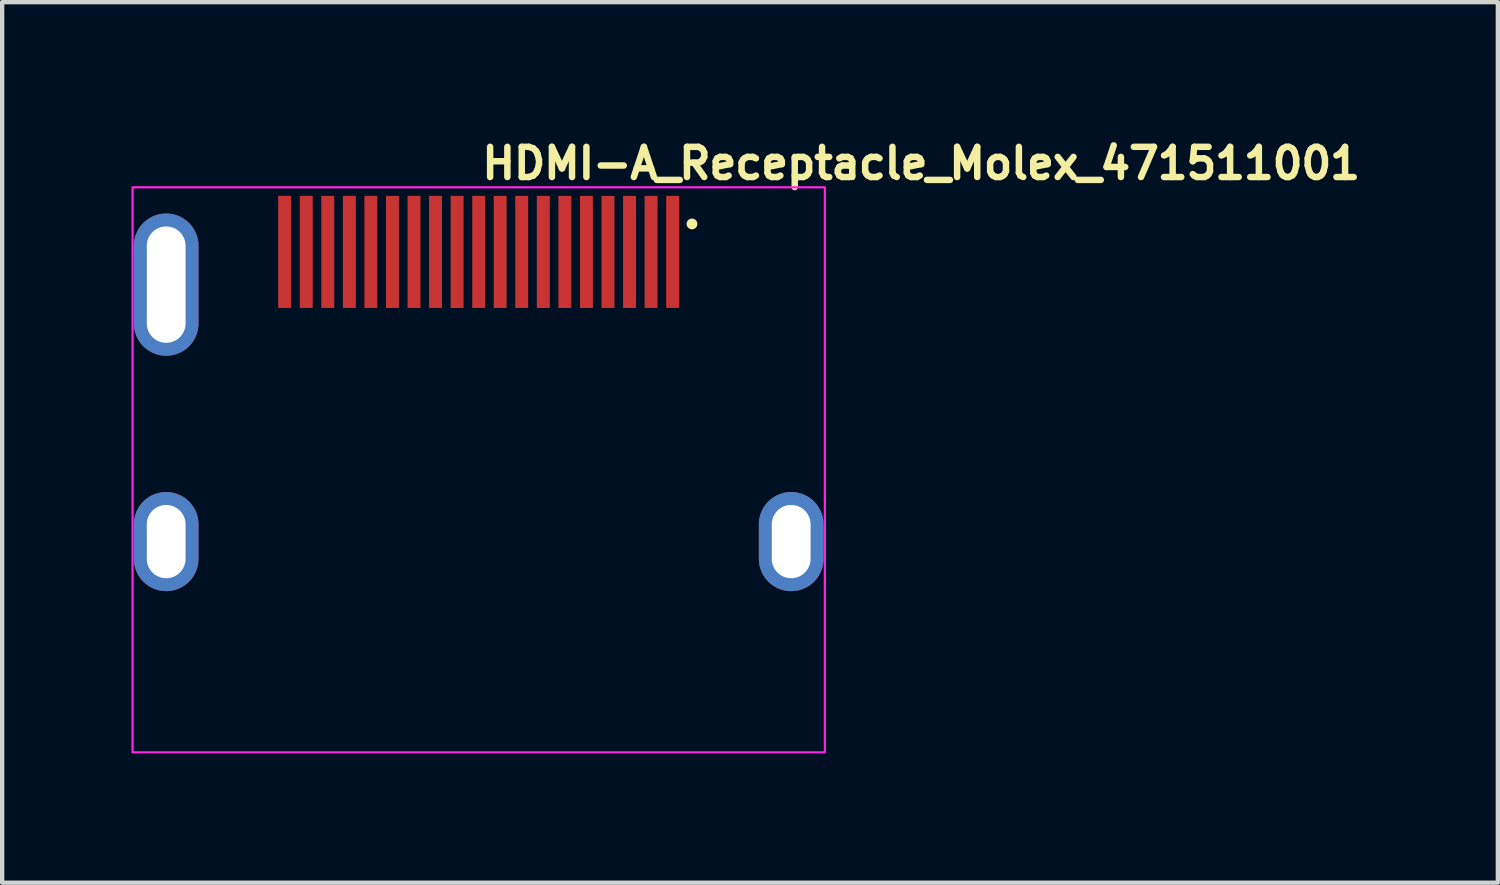
<source format=kicad_pcb>
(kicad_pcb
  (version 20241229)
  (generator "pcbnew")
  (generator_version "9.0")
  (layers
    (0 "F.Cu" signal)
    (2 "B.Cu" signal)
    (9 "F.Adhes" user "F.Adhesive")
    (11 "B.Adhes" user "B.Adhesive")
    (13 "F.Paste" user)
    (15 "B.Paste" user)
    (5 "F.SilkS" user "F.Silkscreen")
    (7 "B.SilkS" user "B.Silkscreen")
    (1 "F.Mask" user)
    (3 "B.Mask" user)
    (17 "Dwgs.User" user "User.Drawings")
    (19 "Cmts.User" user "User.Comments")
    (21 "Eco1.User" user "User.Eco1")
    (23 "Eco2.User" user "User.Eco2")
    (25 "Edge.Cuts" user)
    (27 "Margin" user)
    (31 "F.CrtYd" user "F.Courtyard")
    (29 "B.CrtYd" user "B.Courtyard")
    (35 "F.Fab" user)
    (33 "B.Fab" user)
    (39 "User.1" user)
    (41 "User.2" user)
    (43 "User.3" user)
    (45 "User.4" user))
  (footprint "HDMI-A_Receptacle_Molex_471511001"
    (layer "F.Cu")
    (at 8.055 7.85)
    (property "Reference" "HDMI-A_Receptacle_Molex_471511001" (at 0 -6.7 0) (unlocked yes) (layer "F.SilkS") (effects (font (size 0.7 0.7) (thickness 0.15)) (justify left bottom)))
    (attr smd)
    (fp_circle (center 4.948 -5.705) (end 4.998 -5.705) (stroke (width 0.15) (type solid)) (fill yes) (layer "F.SilkS"))
    (fp_line (start 0 -2.195) (end 0 -1.196) (stroke (width 0.1) (type solid)) (layer "Eco1.User"))
    (fp_line (start 0.498 -1.696) (end -0.5 -1.696) (stroke (width 0.1) (type solid)) (layer "Eco1.User"))
    (fp_rect (start -8.03 -6.555) (end 8.03 6.553) (stroke (width 0.05) (type solid)) (fill no) (layer "F.CrtYd"))
    (fp_rect (start -8 -6.305) (end 7.999 6.304) (stroke (width 0.1) (type solid)) (fill no) (layer "User.5"))
    (fp_line (start -7.702 -5.146) (end -7.702 -3.346) (stroke (width 0.02) (type solid)) (layer "User.9"))
    (fp_line (start -7.702 -5.146) (end -7.699 -5.18) (stroke (width 0.02) (type solid)) (layer "User.9"))
    (fp_line (start -7.702 1.314) (end -7.702 2.115) (stroke (width 0.02) (type solid)) (layer "User.9"))
    (fp_line (start -7.702 1.314) (end -7.701 1.286) (stroke (width 0.02) (type solid)) (layer "User.9"))
    (fp_line (start -7.701 -3.318) (end -7.702 -3.346) (stroke (width 0.02) (type solid)) (layer "User.9"))
    (fp_line (start -7.701 1.286) (end -7.697 1.259) (stroke (width 0.02) (type solid)) (layer "User.9"))
    (fp_line (start -7.701 2.143) (end -7.702 2.115) (stroke (width 0.02) (type solid)) (layer "User.9"))
    (fp_line (start -7.699 -5.18) (end -7.696 -5.212) (stroke (width 0.02) (type solid)) (layer "User.9"))
    (fp_line (start -7.697 -3.29) (end -7.701 -3.318) (stroke (width 0.02) (type solid)) (layer "User.9"))
    (fp_line (start -7.697 1.259) (end -7.694 1.231) (stroke (width 0.02) (type solid)) (layer "User.9"))
    (fp_line (start -7.697 2.169) (end -7.701 2.143) (stroke (width 0.02) (type solid)) (layer "User.9"))
    (fp_line (start -7.696 -5.212) (end -7.691 -5.244) (stroke (width 0.02) (type solid)) (layer "User.9"))
    (fp_line (start -7.694 -3.262) (end -7.697 -3.29) (stroke (width 0.02) (type solid)) (layer "User.9"))
    (fp_line (start -7.694 1.231) (end -7.688 1.203) (stroke (width 0.02) (type solid)) (layer "User.9"))
    (fp_line (start -7.694 2.197) (end -7.697 2.169) (stroke (width 0.02) (type solid)) (layer "User.9"))
    (fp_line (start -7.691 -5.244) (end -7.683 -5.274) (stroke (width 0.02) (type solid)) (layer "User.9"))
    (fp_line (start -7.688 -3.235) (end -7.694 -3.262) (stroke (width 0.02) (type solid)) (layer "User.9"))
    (fp_line (start -7.688 1.203) (end -7.68 1.177) (stroke (width 0.02) (type solid)) (layer "User.9"))
    (fp_line (start -7.688 2.225) (end -7.694 2.197) (stroke (width 0.02) (type solid)) (layer "User.9"))
    (fp_line (start -7.683 -5.274) (end -7.672 -5.305) (stroke (width 0.02) (type solid)) (layer "User.9"))
    (fp_line (start -7.68 -3.21) (end -7.688 -3.235) (stroke (width 0.02) (type solid)) (layer "User.9"))
    (fp_line (start -7.68 1.177) (end -7.67 1.152) (stroke (width 0.02) (type solid)) (layer "User.9"))
    (fp_line (start -7.68 2.25) (end -7.688 2.225) (stroke (width 0.02) (type solid)) (layer "User.9"))
    (fp_line (start -7.672 -5.305) (end -7.659 -5.335) (stroke (width 0.02) (type solid)) (layer "User.9"))
    (fp_line (start -7.67 -3.184) (end -7.68 -3.21) (stroke (width 0.02) (type solid)) (layer "User.9"))
    (fp_line (start -7.67 1.152) (end -7.66 1.126) (stroke (width 0.02) (type solid)) (layer "User.9"))
    (fp_line (start -7.67 2.277) (end -7.68 2.25) (stroke (width 0.02) (type solid)) (layer "User.9"))
    (fp_line (start -7.66 -3.158) (end -7.67 -3.184) (stroke (width 0.02) (type solid)) (layer "User.9"))
    (fp_line (start -7.66 1.126) (end -7.648 1.102) (stroke (width 0.02) (type solid)) (layer "User.9"))
    (fp_line (start -7.66 2.301) (end -7.67 2.277) (stroke (width 0.02) (type solid)) (layer "User.9"))
    (fp_line (start -7.659 -5.335) (end -7.646 -5.364) (stroke (width 0.02) (type solid)) (layer "User.9"))
    (fp_line (start -7.648 -3.133) (end -7.66 -3.158) (stroke (width 0.02) (type solid)) (layer "User.9"))
    (fp_line (start -7.648 1.102) (end -7.635 1.078) (stroke (width 0.02) (type solid)) (layer "User.9"))
    (fp_line (start -7.648 2.326) (end -7.66 2.301) (stroke (width 0.02) (type solid)) (layer "User.9"))
    (fp_line (start -7.646 -5.364) (end -7.628 -5.39) (stroke (width 0.02) (type solid)) (layer "User.9"))
    (fp_line (start -7.635 -3.11) (end -7.648 -3.133) (stroke (width 0.02) (type solid)) (layer "User.9"))
    (fp_line (start -7.635 1.078) (end -7.619 1.056) (stroke (width 0.02) (type solid)) (layer "User.9"))
    (fp_line (start -7.635 2.35) (end -7.648 2.326) (stroke (width 0.02) (type solid)) (layer "User.9"))
    (fp_line (start -7.628 -5.39) (end -7.611 -5.417) (stroke (width 0.02) (type solid)) (layer "User.9"))
    (fp_line (start -7.619 -3.088) (end -7.635 -3.11) (stroke (width 0.02) (type solid)) (layer "User.9"))
    (fp_line (start -7.619 1.056) (end -7.603 1.034) (stroke (width 0.02) (type solid)) (layer "User.9"))
    (fp_line (start -7.619 2.373) (end -7.635 2.35) (stroke (width 0.02) (type solid)) (layer "User.9"))
    (fp_line (start -7.611 -5.417) (end -7.59 -5.441) (stroke (width 0.02) (type solid)) (layer "User.9"))
    (fp_line (start -7.603 -3.065) (end -7.619 -3.088) (stroke (width 0.02) (type solid)) (layer "User.9"))
    (fp_line (start -7.603 1.034) (end -7.585 1.013) (stroke (width 0.02) (type solid)) (layer "User.9"))
    (fp_line (start -7.603 2.394) (end -7.619 2.373) (stroke (width 0.02) (type solid)) (layer "User.9"))
    (fp_line (start -7.59 -5.441) (end -7.569 -5.465) (stroke (width 0.02) (type solid)) (layer "User.9"))
    (fp_line (start -7.585 -3.044) (end -7.603 -3.065) (stroke (width 0.02) (type solid)) (layer "User.9"))
    (fp_line (start -7.585 1.013) (end -7.566 0.992) (stroke (width 0.02) (type solid)) (layer "User.9"))
    (fp_line (start -7.585 2.415) (end -7.603 2.394) (stroke (width 0.02) (type solid)) (layer "User.9"))
    (fp_line (start -7.569 -5.465) (end -7.545 -5.486) (stroke (width 0.02) (type solid)) (layer "User.9"))
    (fp_line (start -7.566 -3.024) (end -7.585 -3.044) (stroke (width 0.02) (type solid)) (layer "User.9"))
    (fp_line (start -7.566 0.992) (end -7.545 0.973) (stroke (width 0.02) (type solid)) (layer "User.9"))
    (fp_line (start -7.566 2.435) (end -7.585 2.415) (stroke (width 0.02) (type solid)) (layer "User.9"))
    (fp_line (start -7.545 -5.486) (end -7.519 -5.507) (stroke (width 0.02) (type solid)) (layer "User.9"))
    (fp_line (start -7.545 -3.005) (end -7.566 -3.024) (stroke (width 0.02) (type solid)) (layer "User.9"))
    (fp_line (start -7.545 0.973) (end -7.524 0.957) (stroke (width 0.02) (type solid)) (layer "User.9"))
    (fp_line (start -7.545 2.455) (end -7.566 2.435) (stroke (width 0.02) (type solid)) (layer "User.9"))
    (fp_line (start -7.524 -2.988) (end -7.545 -3.005) (stroke (width 0.02) (type solid)) (layer "User.9"))
    (fp_line (start -7.524 0.957) (end -7.5 0.94) (stroke (width 0.02) (type solid)) (layer "User.9"))
    (fp_line (start -7.524 2.471) (end -7.545 2.455) (stroke (width 0.02) (type solid)) (layer "User.9"))
    (fp_line (start -7.519 -5.507) (end -7.492 -5.526) (stroke (width 0.02) (type solid)) (layer "User.9"))
    (fp_line (start -7.5 -5.245) (end -7.5 6.304) (stroke (width 0.02) (type solid)) (layer "User.9"))
    (fp_line (start -7.5 -2.972) (end -7.524 -2.988) (stroke (width 0.02) (type solid)) (layer "User.9"))
    (fp_line (start -7.5 2.488) (end -7.524 2.471) (stroke (width 0.02) (type solid)) (layer "User.9"))
    (fp_line (start -7.495 -5.245) (end -7.5 -5.245) (stroke (width 0.02) (type solid)) (layer "User.9"))
    (fp_line (start -7.495 -5.245) (end -7.495 -5.245) (stroke (width 0.02) (type solid)) (layer "User.9"))
    (fp_line (start -7.495 6.304) (end -7.5 6.304) (stroke (width 0.02) (type solid)) (layer "User.9"))
    (fp_line (start -7.495 6.304) (end -7.495 6.304) (stroke (width 0.02) (type solid)) (layer "User.9"))
    (fp_line (start -7.492 -5.526) (end -7.465 -5.542) (stroke (width 0.02) (type solid)) (layer "User.9"))
    (fp_line (start -7.481 -5.245) (end -7.495 -5.245) (stroke (width 0.02) (type solid)) (layer "User.9"))
    (fp_line (start -7.481 -5.245) (end -7.481 -5.245) (stroke (width 0.02) (type solid)) (layer "User.9"))
    (fp_line (start -7.481 6.304) (end -7.495 6.304) (stroke (width 0.02) (type solid)) (layer "User.9"))
    (fp_line (start -7.481 6.304) (end -7.481 6.304) (stroke (width 0.02) (type solid)) (layer "User.9"))
    (fp_line (start -7.465 -5.542) (end -7.435 -5.556) (stroke (width 0.02) (type solid)) (layer "User.9"))
    (fp_line (start -7.457 -5.245) (end -7.481 -5.245) (stroke (width 0.02) (type solid)) (layer "User.9"))
    (fp_line (start -7.457 -5.245) (end -7.457 -5.245) (stroke (width 0.02) (type solid)) (layer "User.9"))
    (fp_line (start -7.457 6.304) (end -7.481 6.304) (stroke (width 0.02) (type solid)) (layer "User.9"))
    (fp_line (start -7.457 6.304) (end -7.457 6.304) (stroke (width 0.02) (type solid)) (layer "User.9"))
    (fp_line (start -7.452 -5.295) (end -7.452 -5.245) (stroke (width 0.02) (type solid)) (layer "User.9"))
    (fp_line (start -7.435 -5.556) (end -7.435 -5.556) (stroke (width 0.02) (type solid)) (layer "User.9"))
    (fp_line (start -7.435 -5.556) (end -7.404 -5.569) (stroke (width 0.02) (type solid)) (layer "User.9"))
    (fp_line (start -7.422 -5.245) (end -7.457 -5.245) (stroke (width 0.02) (type solid)) (layer "User.9"))
    (fp_line (start -7.422 -5.245) (end -7.422 -5.245) (stroke (width 0.02) (type solid)) (layer "User.9"))
    (fp_line (start -7.422 6.304) (end -7.457 6.304) (stroke (width 0.02) (type solid)) (layer "User.9"))
    (fp_line (start -7.422 6.304) (end -7.422 6.304) (stroke (width 0.02) (type solid)) (layer "User.9"))
    (fp_line (start -7.404 -5.569) (end -7.372 -5.579) (stroke (width 0.02) (type solid)) (layer "User.9"))
    (fp_line (start -7.378 -5.245) (end -7.422 -5.245) (stroke (width 0.02) (type solid)) (layer "User.9"))
    (fp_line (start -7.378 -5.245) (end -7.378 -5.245) (stroke (width 0.02) (type solid)) (layer "User.9"))
    (fp_line (start -7.378 6.304) (end -7.422 6.304) (stroke (width 0.02) (type solid)) (layer "User.9"))
    (fp_line (start -7.378 6.304) (end -7.378 6.304) (stroke (width 0.02) (type solid)) (layer "User.9"))
    (fp_line (start -7.372 -5.579) (end -7.342 -5.587) (stroke (width 0.02) (type solid)) (layer "User.9"))
    (fp_line (start -7.342 -5.587) (end -7.31 -5.593) (stroke (width 0.02) (type solid)) (layer "User.9"))
    (fp_line (start -7.327 -5.245) (end -7.378 -5.245) (stroke (width 0.02) (type solid)) (layer "User.9"))
    (fp_line (start -7.327 -5.245) (end -7.327 -5.245) (stroke (width 0.02) (type solid)) (layer "User.9"))
    (fp_line (start -7.327 6.304) (end -7.378 6.304) (stroke (width 0.02) (type solid)) (layer "User.9"))
    (fp_line (start -7.327 6.304) (end -7.327 6.304) (stroke (width 0.02) (type solid)) (layer "User.9"))
    (fp_line (start -7.31 -5.593) (end -7.277 -5.595) (stroke (width 0.02) (type solid)) (layer "User.9"))
    (fp_line (start -7.277 -5.595) (end -7.245 -5.595) (stroke (width 0.02) (type solid)) (layer "User.9"))
    (fp_line (start -7.266 -5.245) (end -7.327 -5.245) (stroke (width 0.02) (type solid)) (layer "User.9"))
    (fp_line (start -7.266 -5.245) (end -7.266 -5.245) (stroke (width 0.02) (type solid)) (layer "User.9"))
    (fp_line (start -7.266 6.304) (end -7.327 6.304) (stroke (width 0.02) (type solid)) (layer "User.9"))
    (fp_line (start -7.266 6.304) (end -7.266 6.304) (stroke (width 0.02) (type solid)) (layer "User.9"))
    (fp_line (start -7.245 -5.595) (end -7.213 -5.595) (stroke (width 0.02) (type solid)) (layer "User.9"))
    (fp_line (start -7.213 -5.595) (end -7.181 -5.59) (stroke (width 0.02) (type solid)) (layer "User.9"))
    (fp_line (start -7.181 -5.59) (end -7.151 -5.585) (stroke (width 0.02) (type solid)) (layer "User.9"))
    (fp_line (start -7.151 -5.585) (end -7.119 -5.577) (stroke (width 0.02) (type solid)) (layer "User.9"))
    (fp_line (start -7.119 -5.577) (end -7.09 -5.566) (stroke (width 0.02) (type solid)) (layer "User.9"))
    (fp_line (start -7.09 -5.566) (end -7.06 -5.553) (stroke (width 0.02) (type solid)) (layer "User.9"))
    (fp_line (start -7.06 -5.553) (end -7.031 -5.539) (stroke (width 0.02) (type solid)) (layer "User.9"))
    (fp_line (start -7.031 -5.539) (end -7.003 -5.521) (stroke (width 0.02) (type solid)) (layer "User.9"))
    (fp_line (start -7.003 -5.521) (end -6.976 -5.502) (stroke (width 0.02) (type solid)) (layer "User.9"))
    (fp_line (start -6.976 -5.502) (end -6.952 -5.481) (stroke (width 0.02) (type solid)) (layer "User.9"))
    (fp_line (start -6.952 -5.846) (end -6.952 -5.295) (stroke (width 0.02) (type solid)) (layer "User.9"))
    (fp_line (start -6.952 -5.846) (end -6.651 -5.545) (stroke (width 0.02) (type solid)) (layer "User.9"))
    (fp_line (start -6.952 -5.846) (end -5.912 -5.846) (stroke (width 0.02) (type solid)) (layer "User.9"))
    (fp_line (start -6.952 -5.295) (end -7.452 -5.295) (stroke (width 0.02) (type solid)) (layer "User.9"))
    (fp_line (start -6.952 -5.295) (end -6.952 -5.245) (stroke (width 0.02) (type solid)) (layer "User.9"))
    (fp_line (start -6.702 -5.245) (end -7.266 -5.245) (stroke (width 0.02) (type solid)) (layer "User.9"))
    (fp_line (start -6.702 6.304) (end -7.266 6.304) (stroke (width 0.02) (type solid)) (layer "User.9"))
    (fp_line (start -6.651 -5.545) (end -6.651 -5.295) (stroke (width 0.02) (type solid)) (layer "User.9"))
    (fp_line (start -6.651 -5.545) (end -5.912 -5.545) (stroke (width 0.02) (type solid)) (layer "User.9"))
    (fp_line (start -5.912 -5.846) (end -5.912 -5.545) (stroke (width 0.02) (type solid)) (layer "User.9"))
    (fp_line (start -5.912 -5.545) (end -5.912 -5.295) (stroke (width 0.02) (type solid)) (layer "User.9"))
    (fp_line (start -5.651 -5.846) (end -5.912 -5.846) (stroke (width 0.02) (type solid)) (layer "User.9"))
    (fp_line (start -5.651 -5.295) (end -6.952 -5.295) (stroke (width 0.02) (type solid)) (layer "User.9"))
    (fp_line (start -5.651 -5.295) (end -5.651 -5.846) (stroke (width 0.02) (type solid)) (layer "User.9"))
    (fp_line (start -5.651 -5.295) (end -5.651 -5.245) (stroke (width 0.02) (type solid)) (layer "User.9"))
    (fp_line (start -5.651 -5.245) (end -5.5 -5.245) (stroke (width 0.02) (type solid)) (layer "User.9"))
    (fp_line (start -5.601 -5.245) (end -6.702 -5.245) (stroke (width 0.02) (type solid)) (layer "User.9"))
    (fp_line (start -5.595 -5.245) (end -5.601 -5.245) (stroke (width 0.02) (type solid)) (layer "User.9"))
    (fp_line (start -5.59 -5.245) (end -5.595 -5.245) (stroke (width 0.02) (type solid)) (layer "User.9"))
    (fp_line (start -5.585 -5.244) (end -5.59 -5.245) (stroke (width 0.02) (type solid)) (layer "User.9"))
    (fp_line (start -5.58 -5.244) (end -5.585 -5.244) (stroke (width 0.02) (type solid)) (layer "User.9"))
    (fp_line (start -5.577 -5.242) (end -5.58 -5.244) (stroke (width 0.02) (type solid)) (layer "User.9"))
    (fp_line (start -5.577 -0.495) (end -5.577 3.504) (stroke (width 0.02) (type solid)) (layer "User.9"))
    (fp_line (start -5.577 -0.495) (end -5.077 -0.495) (stroke (width 0.02) (type solid)) (layer "User.9"))
    (fp_line (start -5.577 3.504) (end -5.576 3.528) (stroke (width 0.02) (type solid)) (layer "User.9"))
    (fp_line (start -5.576 -0.512) (end -5.576 -0.504) (stroke (width 0.02) (type solid)) (layer "User.9"))
    (fp_line (start -5.576 -0.504) (end -5.577 -0.495) (stroke (width 0.02) (type solid)) (layer "User.9"))
    (fp_line (start -5.576 3.528) (end -5.574 3.554) (stroke (width 0.02) (type solid)) (layer "User.9"))
    (fp_line (start -5.574 -0.53) (end -5.574 -0.521) (stroke (width 0.02) (type solid)) (layer "User.9"))
    (fp_line (start -5.574 -0.521) (end -5.576 -0.512) (stroke (width 0.02) (type solid)) (layer "User.9"))
    (fp_line (start -5.574 3.554) (end -5.571 3.578) (stroke (width 0.02) (type solid)) (layer "User.9"))
    (fp_line (start -5.572 -0.538) (end -5.574 -0.53) (stroke (width 0.02) (type solid)) (layer "User.9"))
    (fp_line (start -5.571 -5.242) (end -5.577 -5.242) (stroke (width 0.02) (type solid)) (layer "User.9"))
    (fp_line (start -5.571 -0.546) (end -5.572 -0.538) (stroke (width 0.02) (type solid)) (layer "User.9"))
    (fp_line (start -5.571 3.578) (end -5.566 3.603) (stroke (width 0.02) (type solid)) (layer "User.9"))
    (fp_line (start -5.569 -0.554) (end -5.571 -0.546) (stroke (width 0.02) (type solid)) (layer "User.9"))
    (fp_line (start -5.568 -0.562) (end -5.569 -0.554) (stroke (width 0.02) (type solid)) (layer "User.9"))
    (fp_line (start -5.566 -5.239) (end -5.571 -5.242) (stroke (width 0.02) (type solid)) (layer "User.9"))
    (fp_line (start -5.566 -0.57) (end -5.568 -0.562) (stroke (width 0.02) (type solid)) (layer "User.9"))
    (fp_line (start -5.566 3.603) (end -5.561 3.625) (stroke (width 0.02) (type solid)) (layer "User.9"))
    (fp_line (start -5.563 -5.239) (end -5.566 -5.239) (stroke (width 0.02) (type solid)) (layer "User.9"))
    (fp_line (start -5.563 -0.577) (end -5.566 -0.57) (stroke (width 0.02) (type solid)) (layer "User.9"))
    (fp_line (start -5.561 3.625) (end -5.555 3.649) (stroke (width 0.02) (type solid)) (layer "User.9"))
    (fp_line (start -5.56 -0.584) (end -5.563 -0.577) (stroke (width 0.02) (type solid)) (layer "User.9"))
    (fp_line (start -5.558 -5.236) (end -5.563 -5.239) (stroke (width 0.02) (type solid)) (layer "User.9"))
    (fp_line (start -5.556 -0.591) (end -5.56 -0.584) (stroke (width 0.02) (type solid)) (layer "User.9"))
    (fp_line (start -5.555 3.649) (end -5.547 3.672) (stroke (width 0.02) (type solid)) (layer "User.9"))
    (fp_line (start -5.553 -5.234) (end -5.558 -5.236) (stroke (width 0.02) (type solid)) (layer "User.9"))
    (fp_line (start -5.553 -0.599) (end -5.556 -0.591) (stroke (width 0.02) (type solid)) (layer "User.9"))
    (fp_line (start -5.55 -5.231) (end -5.553 -5.234) (stroke (width 0.02) (type solid)) (layer "User.9"))
    (fp_line (start -5.55 -0.606) (end -5.553 -0.599) (stroke (width 0.02) (type solid)) (layer "User.9"))
    (fp_line (start -5.547 -0.613) (end -5.55 -0.606) (stroke (width 0.02) (type solid)) (layer "User.9"))
    (fp_line (start -5.547 3.672) (end -5.537 3.696) (stroke (width 0.02) (type solid)) (layer "User.9"))
    (fp_line (start -5.545 -5.228) (end -5.55 -5.231) (stroke (width 0.02) (type solid)) (layer "User.9"))
    (fp_line (start -5.542 -5.226) (end -5.545 -5.228) (stroke (width 0.02) (type solid)) (layer "User.9"))
    (fp_line (start -5.542 -0.62) (end -5.547 -0.613) (stroke (width 0.02) (type solid)) (layer "User.9"))
    (fp_line (start -5.539 -0.627) (end -5.542 -0.62) (stroke (width 0.02) (type solid)) (layer "User.9"))
    (fp_line (start -5.537 -5.223) (end -5.542 -5.226) (stroke (width 0.02) (type solid)) (layer "User.9"))
    (fp_line (start -5.537 3.696) (end -5.529 3.717) (stroke (width 0.02) (type solid)) (layer "User.9"))
    (fp_line (start -5.534 -5.22) (end -5.537 -5.223) (stroke (width 0.02) (type solid)) (layer "User.9"))
    (fp_line (start -5.534 -0.634) (end -5.539 -0.627) (stroke (width 0.02) (type solid)) (layer "User.9"))
    (fp_line (start -5.531 -5.217) (end -5.534 -5.22) (stroke (width 0.02) (type solid)) (layer "User.9"))
    (fp_line (start -5.529 -0.642) (end -5.534 -0.634) (stroke (width 0.02) (type solid)) (layer "User.9"))
    (fp_line (start -5.529 3.717) (end -5.518 3.74) (stroke (width 0.02) (type solid)) (layer "User.9"))
    (fp_line (start -5.526 -5.213) (end -5.531 -5.217) (stroke (width 0.02) (type solid)) (layer "User.9"))
    (fp_line (start -5.526 -0.646) (end -5.125 -0.646) (stroke (width 0.02) (type solid)) (layer "User.9"))
    (fp_line (start -5.524 -0.648) (end -5.529 -0.642) (stroke (width 0.02) (type solid)) (layer "User.9"))
    (fp_line (start -5.523 -5.21) (end -5.526 -5.213) (stroke (width 0.02) (type solid)) (layer "User.9"))
    (fp_line (start -5.521 -5.205) (end -5.523 -5.21) (stroke (width 0.02) (type solid)) (layer "User.9"))
    (fp_line (start -5.52 -0.655) (end -5.524 -0.648) (stroke (width 0.02) (type solid)) (layer "User.9"))
    (fp_line (start -5.518 -5.202) (end -5.521 -5.205) (stroke (width 0.02) (type solid)) (layer "User.9"))
    (fp_line (start -5.518 3.74) (end -5.505 3.761) (stroke (width 0.02) (type solid)) (layer "User.9"))
    (fp_line (start -5.515 -5.197) (end -5.518 -5.202) (stroke (width 0.02) (type solid)) (layer "User.9"))
    (fp_line (start -5.515 -0.661) (end -5.52 -0.655) (stroke (width 0.02) (type solid)) (layer "User.9"))
    (fp_line (start -5.513 -5.194) (end -5.515 -5.197) (stroke (width 0.02) (type solid)) (layer "User.9"))
    (fp_line (start -5.51 -5.189) (end -5.513 -5.194) (stroke (width 0.02) (type solid)) (layer "User.9"))
    (fp_line (start -5.508 -5.185) (end -5.51 -5.189) (stroke (width 0.02) (type solid)) (layer "User.9"))
    (fp_line (start -5.508 -0.667) (end -5.515 -0.661) (stroke (width 0.02) (type solid)) (layer "User.9"))
    (fp_line (start -5.507 -5.18) (end -5.508 -5.185) (stroke (width 0.02) (type solid)) (layer "User.9"))
    (fp_line (start -5.505 -5.175) (end -5.507 -5.18) (stroke (width 0.02) (type solid)) (layer "User.9"))
    (fp_line (start -5.505 -5.17) (end -5.505 -5.175) (stroke (width 0.02) (type solid)) (layer "User.9"))
    (fp_line (start -5.505 3.761) (end -5.492 3.781) (stroke (width 0.02) (type solid)) (layer "User.9"))
    (fp_line (start -5.503 -5.167) (end -5.505 -5.17) (stroke (width 0.02) (type solid)) (layer "User.9"))
    (fp_line (start -5.503 -0.673) (end -5.508 -0.667) (stroke (width 0.02) (type solid)) (layer "User.9"))
    (fp_line (start -5.502 -5.162) (end -5.503 -5.167) (stroke (width 0.02) (type solid)) (layer "User.9"))
    (fp_line (start -5.502 -5.156) (end -5.502 -5.162) (stroke (width 0.02) (type solid)) (layer "User.9"))
    (fp_line (start -5.502 -5.151) (end -5.502 -5.156) (stroke (width 0.02) (type solid)) (layer "User.9"))
    (fp_line (start -5.5 -5.196) (end -5.5 -5.245) (stroke (width 0.02) (type solid)) (layer "User.9"))
    (fp_line (start -5.5 -5.196) (end -5.5 -4.795) (stroke (width 0.02) (type solid)) (layer "User.9"))
    (fp_line (start -5.5 -5.196) (end -5.414 -5.196) (stroke (width 0.02) (type solid)) (layer "User.9"))
    (fp_line (start -5.5 -5.146) (end -5.502 -5.151) (stroke (width 0.02) (type solid)) (layer "User.9"))
    (fp_line (start -5.5 -5.146) (end -5.5 -4.295) (stroke (width 0.02) (type solid)) (layer "User.9"))
    (fp_line (start -5.5 -4.795) (end -5.367 -4.795) (stroke (width 0.02) (type solid)) (layer "User.9"))
    (fp_line (start -5.5 -4.635) (end -4.18 -4.635) (stroke (width 0.02) (type solid)) (layer "User.9"))
    (fp_line (start -5.5 -4.295) (end -5.5 -4.29) (stroke (width 0.02) (type solid)) (layer "User.9"))
    (fp_line (start -5.5 -4.29) (end -5.5 -4.286) (stroke (width 0.02) (type solid)) (layer "User.9"))
    (fp_line (start -5.5 -4.286) (end -5.5 -4.281) (stroke (width 0.02) (type solid)) (layer "User.9"))
    (fp_line (start -5.5 -4.281) (end -5.499 -4.276) (stroke (width 0.02) (type solid)) (layer "User.9"))
    (fp_line (start -5.499 -4.276) (end -5.497 -4.271) (stroke (width 0.02) (type solid)) (layer "User.9"))
    (fp_line (start -5.497 -4.271) (end -5.497 -4.266) (stroke (width 0.02) (type solid)) (layer "User.9"))
    (fp_line (start -5.497 -4.266) (end -5.494 -4.262) (stroke (width 0.02) (type solid)) (layer "User.9"))
    (fp_line (start -5.497 -0.679) (end -5.503 -0.673) (stroke (width 0.02) (type solid)) (layer "User.9"))
    (fp_line (start -5.494 -4.262) (end -5.494 -4.257) (stroke (width 0.02) (type solid)) (layer "User.9"))
    (fp_line (start -5.494 -4.257) (end -5.492 -4.252) (stroke (width 0.02) (type solid)) (layer "User.9"))
    (fp_line (start -5.492 -4.252) (end -5.489 -4.249) (stroke (width 0.02) (type solid)) (layer "User.9"))
    (fp_line (start -5.492 -0.684) (end -5.497 -0.679) (stroke (width 0.02) (type solid)) (layer "User.9"))
    (fp_line (start -5.492 3.781) (end -5.478 3.801) (stroke (width 0.02) (type solid)) (layer "User.9"))
    (fp_line (start -5.489 -4.249) (end -5.486 -4.244) (stroke (width 0.02) (type solid)) (layer "User.9"))
    (fp_line (start -5.486 -4.244) (end -5.484 -4.241) (stroke (width 0.02) (type solid)) (layer "User.9"))
    (fp_line (start -5.486 -0.689) (end -5.492 -0.684) (stroke (width 0.02) (type solid)) (layer "User.9"))
    (fp_line (start -5.484 -4.241) (end -5.481 -4.236) (stroke (width 0.02) (type solid)) (layer "User.9"))
    (fp_line (start -5.481 -4.236) (end -5.478 -4.233) (stroke (width 0.02) (type solid)) (layer "User.9"))
    (fp_line (start -5.478 -4.233) (end -5.476 -4.228) (stroke (width 0.02) (type solid)) (layer "User.9"))
    (fp_line (start -5.478 -0.695) (end -5.486 -0.689) (stroke (width 0.02) (type solid)) (layer "User.9"))
    (fp_line (start -5.478 3.801) (end -5.462 3.821) (stroke (width 0.02) (type solid)) (layer "User.9"))
    (fp_line (start -5.476 -4.228) (end -5.471 -4.225) (stroke (width 0.02) (type solid)) (layer "User.9"))
    (fp_line (start -5.471 -4.225) (end -5.468 -4.221) (stroke (width 0.02) (type solid)) (layer "User.9"))
    (fp_line (start -5.471 -0.699) (end -5.478 -0.695) (stroke (width 0.02) (type solid)) (layer "User.9"))
    (fp_line (start -5.468 -4.221) (end -5.465 -4.218) (stroke (width 0.02) (type solid)) (layer "User.9"))
    (fp_line (start -5.465 -4.218) (end -5.46 -4.215) (stroke (width 0.02) (type solid)) (layer "User.9"))
    (fp_line (start -5.465 -0.704) (end -5.471 -0.699) (stroke (width 0.02) (type solid)) (layer "User.9"))
    (fp_line (start -5.462 3.821) (end -5.446 3.839) (stroke (width 0.02) (type solid)) (layer "User.9"))
    (fp_line (start -5.46 -4.215) (end -5.457 -4.213) (stroke (width 0.02) (type solid)) (layer "User.9"))
    (fp_line (start -5.459 -0.708) (end -5.465 -0.704) (stroke (width 0.02) (type solid)) (layer "User.9"))
    (fp_line (start -5.457 -4.213) (end -5.452 -4.21) (stroke (width 0.02) (type solid)) (layer "User.9"))
    (fp_line (start -5.452 -4.21) (end -5.449 -4.209) (stroke (width 0.02) (type solid)) (layer "User.9"))
    (fp_line (start -5.452 -0.712) (end -5.459 -0.708) (stroke (width 0.02) (type solid)) (layer "User.9"))
    (fp_line (start -5.452 -0.712) (end -5.452 -0.712) (stroke (width 0.02) (type solid)) (layer "User.9"))
    (fp_line (start -5.449 -4.209) (end -5.444 -4.205) (stroke (width 0.02) (type solid)) (layer "User.9"))
    (fp_line (start -5.446 3.839) (end -5.43 3.858) (stroke (width 0.02) (type solid)) (layer "User.9"))
    (fp_line (start -5.444 -4.205) (end -5.439 -4.204) (stroke (width 0.02) (type solid)) (layer "User.9"))
    (fp_line (start -5.439 -4.204) (end -5.436 -4.202) (stroke (width 0.02) (type solid)) (layer "User.9"))
    (fp_line (start -5.436 -4.202) (end -5.43 -4.201) (stroke (width 0.02) (type solid)) (layer "User.9"))
    (fp_line (start -5.436 -0.72) (end -5.452 -0.712) (stroke (width 0.02) (type solid)) (layer "User.9"))
    (fp_line (start -5.43 -4.201) (end -5.425 -4.199) (stroke (width 0.02) (type solid)) (layer "User.9"))
    (fp_line (start -5.43 3.858) (end -5.43 3.858) (stroke (width 0.02) (type solid)) (layer "User.9"))
    (fp_line (start -5.43 3.858) (end -5.412 3.874) (stroke (width 0.02) (type solid)) (layer "User.9"))
    (fp_line (start -5.425 -4.199) (end -5.422 -4.199) (stroke (width 0.02) (type solid)) (layer "User.9"))
    (fp_line (start -5.422 -4.199) (end -5.417 -4.197) (stroke (width 0.02) (type solid)) (layer "User.9"))
    (fp_line (start -5.422 -0.727) (end -5.436 -0.72) (stroke (width 0.02) (type solid)) (layer "User.9"))
    (fp_line (start -5.417 -4.197) (end -5.412 -4.196) (stroke (width 0.02) (type solid)) (layer "User.9"))
    (fp_line (start -5.414 -5.196) (end -5.414 -5.196) (stroke (width 0.02) (type solid)) (layer "User.9"))
    (fp_line (start -5.414 -5.196) (end -5.202 -5.196) (stroke (width 0.02) (type solid)) (layer "User.9"))
    (fp_line (start -5.412 -4.196) (end -5.406 -4.196) (stroke (width 0.02) (type solid)) (layer "User.9"))
    (fp_line (start -5.412 3.874) (end -5.393 3.89) (stroke (width 0.02) (type solid)) (layer "User.9"))
    (fp_line (start -5.406 -4.196) (end -5.401 -4.196) (stroke (width 0.02) (type solid)) (layer "User.9"))
    (fp_line (start -5.406 -0.732) (end -5.422 -0.727) (stroke (width 0.02) (type solid)) (layer "User.9"))
    (fp_line (start -5.401 -4.196) (end -4.481 -4.196) (stroke (width 0.02) (type solid)) (layer "User.9"))
    (fp_line (start -5.401 -0.346) (end -5.401 -0.495) (stroke (width 0.02) (type solid)) (layer "User.9"))
    (fp_line (start -5.401 -0.346) (end -5.401 3.305) (stroke (width 0.02) (type solid)) (layer "User.9"))
    (fp_line (start -5.401 3.305) (end -5.173 3.954) (stroke (width 0.02) (type solid)) (layer "User.9"))
    (fp_line (start -5.393 3.89) (end -5.374 3.906) (stroke (width 0.02) (type solid)) (layer "User.9"))
    (fp_line (start -5.39 -0.737) (end -5.406 -0.732) (stroke (width 0.02) (type solid)) (layer "User.9"))
    (fp_line (start -5.375 -0.741) (end -5.39 -0.737) (stroke (width 0.02) (type solid)) (layer "User.9"))
    (fp_line (start -5.374 3.906) (end -5.353 3.919) (stroke (width 0.02) (type solid)) (layer "User.9"))
    (fp_line (start -5.367 -4.795) (end -5.297 -4.795) (stroke (width 0.02) (type solid)) (layer "User.9"))
    (fp_line (start -5.359 -0.743) (end -5.375 -0.741) (stroke (width 0.02) (type solid)) (layer "User.9"))
    (fp_line (start -5.353 3.919) (end -5.332 3.934) (stroke (width 0.02) (type solid)) (layer "User.9"))
    (fp_line (start -5.343 -0.745) (end -5.359 -0.743) (stroke (width 0.02) (type solid)) (layer "User.9"))
    (fp_line (start -5.332 3.934) (end -5.311 3.946) (stroke (width 0.02) (type solid)) (layer "User.9"))
    (fp_line (start -5.327 -0.745) (end -5.343 -0.745) (stroke (width 0.02) (type solid)) (layer "User.9"))
    (fp_line (start -5.311 3.946) (end -5.289 3.957) (stroke (width 0.02) (type solid)) (layer "User.9"))
    (fp_line (start -5.31 -0.745) (end -5.327 -0.745) (stroke (width 0.02) (type solid)) (layer "User.9"))
    (fp_line (start -5.297 -4.795) (end -5.202 -4.792) (stroke (width 0.02) (type solid)) (layer "User.9"))
    (fp_line (start -5.294 -0.743) (end -5.31 -0.745) (stroke (width 0.02) (type solid)) (layer "User.9"))
    (fp_line (start -5.289 3.957) (end -5.268 3.966) (stroke (width 0.02) (type solid)) (layer "User.9"))
    (fp_line (start -5.278 -0.741) (end -5.294 -0.743) (stroke (width 0.02) (type solid)) (layer "User.9"))
    (fp_line (start -5.268 3.966) (end -5.244 3.975) (stroke (width 0.02) (type solid)) (layer "User.9"))
    (fp_line (start -5.262 -0.737) (end -5.278 -0.741) (stroke (width 0.02) (type solid)) (layer "User.9"))
    (fp_line (start -5.247 -0.732) (end -5.262 -0.737) (stroke (width 0.02) (type solid)) (layer "User.9"))
    (fp_line (start -5.244 3.975) (end -5.221 3.983) (stroke (width 0.02) (type solid)) (layer "User.9"))
    (fp_line (start -5.231 -0.727) (end -5.247 -0.732) (stroke (width 0.02) (type solid)) (layer "User.9"))
    (fp_line (start -5.221 3.983) (end -5.197 3.988) (stroke (width 0.02) (type solid)) (layer "User.9"))
    (fp_line (start -5.215 -0.72) (end -5.231 -0.727) (stroke (width 0.02) (type solid)) (layer "User.9"))
    (fp_line (start -5.202 -5.196) (end -4.452 -5.196) (stroke (width 0.02) (type solid)) (layer "User.9"))
    (fp_line (start -5.202 -4.792) (end -4.452 -4.792) (stroke (width 0.02) (type solid)) (layer "User.9"))
    (fp_line (start -5.202 -0.712) (end -5.215 -0.72) (stroke (width 0.02) (type solid)) (layer "User.9"))
    (fp_line (start -5.202 -0.712) (end -5.202 -0.712) (stroke (width 0.02) (type solid)) (layer "User.9"))
    (fp_line (start -5.197 3.988) (end -5.175 3.995) (stroke (width 0.02) (type solid)) (layer "User.9"))
    (fp_line (start -5.186 -0.704) (end -5.202 -0.712) (stroke (width 0.02) (type solid)) (layer "User.9"))
    (fp_line (start -5.175 3.995) (end -5.149 3.999) (stroke (width 0.02) (type solid)) (layer "User.9"))
    (fp_line (start -5.173 -0.695) (end -5.186 -0.704) (stroke (width 0.02) (type solid)) (layer "User.9"))
    (fp_line (start -5.161 -0.684) (end -5.173 -0.695) (stroke (width 0.02) (type solid)) (layer "User.9"))
    (fp_line (start -5.159 3.998) (end -5.173 3.954) (stroke (width 0.02) (type solid)) (layer "User.9"))
    (fp_line (start -5.149 3.999) (end -5.125 4.001) (stroke (width 0.02) (type solid)) (layer "User.9"))
    (fp_line (start -5.148 -0.673) (end -5.161 -0.684) (stroke (width 0.02) (type solid)) (layer "User.9"))
    (fp_line (start -5.138 -0.661) (end -5.148 -0.673) (stroke (width 0.02) (type solid)) (layer "User.9"))
    (fp_line (start -5.127 -0.648) (end -5.138 -0.661) (stroke (width 0.02) (type solid)) (layer "User.9"))
    (fp_line (start -5.125 4.001) (end -5.101 4.004) (stroke (width 0.02) (type solid)) (layer "User.9"))
    (fp_line (start -5.119 -0.634) (end -5.127 -0.648) (stroke (width 0.02) (type solid)) (layer "User.9"))
    (fp_line (start -5.109 -0.62) (end -5.119 -0.634) (stroke (width 0.02) (type solid)) (layer "User.9"))
    (fp_line (start -5.101 -0.606) (end -5.109 -0.62) (stroke (width 0.02) (type solid)) (layer "User.9"))
    (fp_line (start -5.101 4.004) (end -5.077 4.004) (stroke (width 0.02) (type solid)) (layer "User.9"))
    (fp_line (start -5.095 -0.591) (end -5.101 -0.606) (stroke (width 0.02) (type solid)) (layer "User.9"))
    (fp_line (start -5.09 -0.577) (end -5.095 -0.591) (stroke (width 0.02) (type solid)) (layer "User.9"))
    (fp_line (start -5.085 -0.562) (end -5.09 -0.577) (stroke (width 0.02) (type solid)) (layer "User.9"))
    (fp_line (start -5.08 -0.546) (end -5.085 -0.562) (stroke (width 0.02) (type solid)) (layer "User.9"))
    (fp_line (start -5.079 -0.53) (end -5.08 -0.546) (stroke (width 0.02) (type solid)) (layer "User.9"))
    (fp_line (start -5.077 -0.512) (end -5.079 -0.53) (stroke (width 0.02) (type solid)) (layer "User.9"))
    (fp_line (start -5.077 -0.495) (end -5.077 -0.512) (stroke (width 0.02) (type solid)) (layer "User.9"))
    (fp_line (start -5.077 -0.346) (end -5.401 -0.346) (stroke (width 0.02) (type solid)) (layer "User.9"))
    (fp_line (start -5.077 -0.346) (end -5.077 -0.495) (stroke (width 0.02) (type solid)) (layer "User.9"))
    (fp_line (start -5.077 -0.346) (end -5.077 -0.336) (stroke (width 0.02) (type solid)) (layer "User.9"))
    (fp_line (start -5.077 -0.336) (end -4.891 2.108) (stroke (width 0.02) (type solid)) (layer "User.9"))
    (fp_line (start -5.077 4.004) (end -3.926 4.004) (stroke (width 0.02) (type solid)) (layer "User.9"))
    (fp_line (start -4.891 2.108) (end -4.885 2.186) (stroke (width 0.02) (type solid)) (layer "User.9"))
    (fp_line (start -4.859 2.555) (end -4.885 2.186) (stroke (width 0.02) (type solid)) (layer "User.9"))
    (fp_line (start -4.859 2.555) (end -4.813 3.163) (stroke (width 0.02) (type solid)) (layer "User.9"))
    (fp_line (start -4.813 3.163) (end -4.8 3.313) (stroke (width 0.02) (type solid)) (layer "User.9"))
    (fp_line (start -4.726 3.313) (end -4.726 3.555) (stroke (width 0.02) (type solid)) (layer "User.9"))
    (fp_line (start -4.726 3.555) (end -4.726 3.954) (stroke (width 0.02) (type solid)) (layer "User.9"))
    (fp_line (start -4.726 3.754) (end -4.276 3.754) (stroke (width 0.02) (type solid)) (layer "User.9"))
    (fp_line (start -4.726 4.004) (end -4.726 3.954) (stroke (width 0.02) (type solid)) (layer "User.9"))
    (fp_line (start -4.601 -5.648) (end -4.601 -5.196) (stroke (width 0.02) (type solid)) (layer "User.9"))
    (fp_line (start -4.481 -4.196) (end -4.18 -4.496) (stroke (width 0.02) (type solid)) (layer "User.9"))
    (fp_line (start -4.452 -5.196) (end -4.18 -5.196) (stroke (width 0.02) (type solid)) (layer "User.9"))
    (fp_line (start -4.452 -4.792) (end -4.452 -5.196) (stroke (width 0.02) (type solid)) (layer "User.9"))
    (fp_line (start -4.452 -4.792) (end -4.436 -4.792) (stroke (width 0.02) (type solid)) (layer "User.9"))
    (fp_line (start -4.436 -4.792) (end -4.422 -4.789) (stroke (width 0.02) (type solid)) (layer "User.9"))
    (fp_line (start -4.422 -4.789) (end -4.409 -4.786) (stroke (width 0.02) (type solid)) (layer "User.9"))
    (fp_line (start -4.409 -4.786) (end -4.395 -4.782) (stroke (width 0.02) (type solid)) (layer "User.9"))
    (fp_line (start -4.401 -5.648) (end -4.601 -5.648) (stroke (width 0.02) (type solid)) (layer "User.9"))
    (fp_line (start -4.401 -5.648) (end -4.401 -5.196) (stroke (width 0.02) (type solid)) (layer "User.9"))
    (fp_line (start -4.395 -4.782) (end -4.38 -4.779) (stroke (width 0.02) (type solid)) (layer "User.9"))
    (fp_line (start -4.38 -4.779) (end -4.366 -4.773) (stroke (width 0.02) (type solid)) (layer "User.9"))
    (fp_line (start -4.366 -4.773) (end -4.353 -4.768) (stroke (width 0.02) (type solid)) (layer "User.9"))
    (fp_line (start -4.353 -4.768) (end -4.34 -4.763) (stroke (width 0.02) (type solid)) (layer "User.9"))
    (fp_line (start -4.34 -4.763) (end -4.327 -4.757) (stroke (width 0.02) (type solid)) (layer "User.9"))
    (fp_line (start -4.327 -4.757) (end -4.313 -4.749) (stroke (width 0.02) (type solid)) (layer "User.9"))
    (fp_line (start -4.313 -4.749) (end -4.3 -4.741) (stroke (width 0.02) (type solid)) (layer "User.9"))
    (fp_line (start -4.3 -4.741) (end -4.287 -4.734) (stroke (width 0.02) (type solid)) (layer "User.9"))
    (fp_line (start -4.287 -4.734) (end -4.274 -4.726) (stroke (width 0.02) (type solid)) (layer "User.9"))
    (fp_line (start -4.276 3.313) (end -4.276 3.555) (stroke (width 0.02) (type solid)) (layer "User.9"))
    (fp_line (start -4.276 3.555) (end -4.276 3.954) (stroke (width 0.02) (type solid)) (layer "User.9"))
    (fp_line (start -4.276 4.004) (end -4.276 3.954) (stroke (width 0.02) (type solid)) (layer "User.9"))
    (fp_line (start -4.274 -4.726) (end -4.262 -4.715) (stroke (width 0.02) (type solid)) (layer "User.9"))
    (fp_line (start -4.262 -4.715) (end -4.249 -4.707) (stroke (width 0.02) (type solid)) (layer "User.9"))
    (fp_line (start -4.249 -4.707) (end -4.236 -4.696) (stroke (width 0.02) (type solid)) (layer "User.9"))
    (fp_line (start -4.236 -4.696) (end -4.18 -4.696) (stroke (width 0.02) (type solid)) (layer "User.9"))
    (fp_line (start -4.202 3.313) (end -4.8 3.313) (stroke (width 0.02) (type solid)) (layer "User.9"))
    (fp_line (start -4.189 3.163) (end -4.813 3.163) (stroke (width 0.02) (type solid)) (layer "User.9"))
    (fp_line (start -4.189 3.163) (end -4.202 3.313) (stroke (width 0.02) (type solid)) (layer "User.9"))
    (fp_line (start -4.18 -5.196) (end -2.42 -5.196) (stroke (width 0.02) (type solid)) (layer "User.9"))
    (fp_line (start -4.18 -5.05) (end -4.18 -5.196) (stroke (width 0.02) (type solid)) (layer "User.9"))
    (fp_line (start -4.18 -5.05) (end -4.18 -5.05) (stroke (width 0.02) (type solid)) (layer "User.9"))
    (fp_line (start -4.18 -4.696) (end -4.18 -5.05) (stroke (width 0.02) (type solid)) (layer "User.9"))
    (fp_line (start -4.18 -4.496) (end -4.18 -4.696) (stroke (width 0.02) (type solid)) (layer "User.9"))
    (fp_line (start -4.143 2.555) (end -4.189 3.163) (stroke (width 0.02) (type solid)) (layer "User.9"))
    (fp_line (start -4.143 2.555) (end -4.116 2.186) (stroke (width 0.02) (type solid)) (layer "User.9"))
    (fp_line (start -4.111 2.108) (end -4.116 2.186) (stroke (width 0.02) (type solid)) (layer "User.9"))
    (fp_line (start -4.1 -5.646) (end -3.9 -5.646) (stroke (width 0.02) (type solid)) (layer "User.9"))
    (fp_line (start -4.1 -5.196) (end -4.1 -5.646) (stroke (width 0.02) (type solid)) (layer "User.9"))
    (fp_line (start -3.926 -0.512) (end -3.926 -0.504) (stroke (width 0.02) (type solid)) (layer "User.9"))
    (fp_line (start -3.926 -0.504) (end -3.926 -0.495) (stroke (width 0.02) (type solid)) (layer "User.9"))
    (fp_line (start -3.926 -0.495) (end -3.926 -0.346) (stroke (width 0.02) (type solid)) (layer "User.9"))
    (fp_line (start -3.926 -0.495) (end -3.46 -0.495) (stroke (width 0.02) (type solid)) (layer "User.9"))
    (fp_line (start -3.926 -0.346) (end -5.077 -0.346) (stroke (width 0.02) (type solid)) (layer "User.9"))
    (fp_line (start -3.926 -0.346) (end -3.926 -0.336) (stroke (width 0.02) (type solid)) (layer "User.9"))
    (fp_line (start -3.926 -0.336) (end -4.111 2.108) (stroke (width 0.02) (type solid)) (layer "User.9"))
    (fp_line (start -3.926 4.004) (end -3.902 4.004) (stroke (width 0.02) (type solid)) (layer "User.9"))
    (fp_line (start -3.924 -0.521) (end -3.926 -0.512) (stroke (width 0.02) (type solid)) (layer "User.9"))
    (fp_line (start -3.923 -0.538) (end -3.923 -0.53) (stroke (width 0.02) (type solid)) (layer "User.9"))
    (fp_line (start -3.923 -0.53) (end -3.924 -0.521) (stroke (width 0.02) (type solid)) (layer "User.9"))
    (fp_line (start -3.922 -0.546) (end -3.923 -0.538) (stroke (width 0.02) (type solid)) (layer "User.9"))
    (fp_line (start -3.919 -0.554) (end -3.922 -0.546) (stroke (width 0.02) (type solid)) (layer "User.9"))
    (fp_line (start -3.918 -0.562) (end -3.919 -0.554) (stroke (width 0.02) (type solid)) (layer "User.9"))
    (fp_line (start -3.915 -0.57) (end -3.918 -0.562) (stroke (width 0.02) (type solid)) (layer "User.9"))
    (fp_line (start -3.912 -0.577) (end -3.915 -0.57) (stroke (width 0.02) (type solid)) (layer "User.9"))
    (fp_line (start -3.91 -0.584) (end -3.912 -0.577) (stroke (width 0.02) (type solid)) (layer "User.9"))
    (fp_line (start -3.907 -0.591) (end -3.91 -0.584) (stroke (width 0.02) (type solid)) (layer "User.9"))
    (fp_line (start -3.903 -0.599) (end -3.907 -0.591) (stroke (width 0.02) (type solid)) (layer "User.9"))
    (fp_line (start -3.902 4.004) (end -3.876 4.001) (stroke (width 0.02) (type solid)) (layer "User.9"))
    (fp_line (start -3.9 -5.196) (end -3.9 -5.646) (stroke (width 0.02) (type solid)) (layer "User.9"))
    (fp_line (start -3.9 -0.606) (end -3.903 -0.599) (stroke (width 0.02) (type solid)) (layer "User.9"))
    (fp_line (start -3.896 -0.613) (end -3.9 -0.606) (stroke (width 0.02) (type solid)) (layer "User.9"))
    (fp_line (start -3.892 -0.62) (end -3.896 -0.613) (stroke (width 0.02) (type solid)) (layer "User.9"))
    (fp_line (start -3.888 -0.627) (end -3.892 -0.62) (stroke (width 0.02) (type solid)) (layer "User.9"))
    (fp_line (start -3.883 -0.634) (end -3.888 -0.627) (stroke (width 0.02) (type solid)) (layer "User.9"))
    (fp_line (start -3.879 -0.642) (end -3.883 -0.634) (stroke (width 0.02) (type solid)) (layer "User.9"))
    (fp_line (start -3.876 4.001) (end -3.852 3.999) (stroke (width 0.02) (type solid)) (layer "User.9"))
    (fp_line (start -3.875 -0.648) (end -3.879 -0.642) (stroke (width 0.02) (type solid)) (layer "User.9"))
    (fp_line (start -3.875 -0.646) (end -3.476 -0.646) (stroke (width 0.02) (type solid)) (layer "User.9"))
    (fp_line (start -3.87 -0.655) (end -3.875 -0.648) (stroke (width 0.02) (type solid)) (layer "User.9"))
    (fp_line (start -3.864 -0.661) (end -3.87 -0.655) (stroke (width 0.02) (type solid)) (layer "User.9"))
    (fp_line (start -3.859 -0.667) (end -3.864 -0.661) (stroke (width 0.02) (type solid)) (layer "User.9"))
    (fp_line (start -3.854 -0.673) (end -3.859 -0.667) (stroke (width 0.02) (type solid)) (layer "User.9"))
    (fp_line (start -3.852 3.999) (end -3.827 3.995) (stroke (width 0.02) (type solid)) (layer "User.9"))
    (fp_line (start -3.847 -0.679) (end -3.854 -0.673) (stroke (width 0.02) (type solid)) (layer "User.9"))
    (fp_line (start -3.842 -0.684) (end -3.847 -0.679) (stroke (width 0.02) (type solid)) (layer "User.9"))
    (fp_line (start -3.835 -0.689) (end -3.842 -0.684) (stroke (width 0.02) (type solid)) (layer "User.9"))
    (fp_line (start -3.829 -0.695) (end -3.835 -0.689) (stroke (width 0.02) (type solid)) (layer "User.9"))
    (fp_line (start -3.827 3.995) (end -3.805 3.988) (stroke (width 0.02) (type solid)) (layer "User.9"))
    (fp_line (start -3.822 -0.699) (end -3.829 -0.695) (stroke (width 0.02) (type solid)) (layer "User.9"))
    (fp_line (start -3.815 -0.704) (end -3.822 -0.699) (stroke (width 0.02) (type solid)) (layer "User.9"))
    (fp_line (start -3.809 -0.708) (end -3.815 -0.704) (stroke (width 0.02) (type solid)) (layer "User.9"))
    (fp_line (start -3.805 3.988) (end -3.781 3.983) (stroke (width 0.02) (type solid)) (layer "User.9"))
    (fp_line (start -3.801 -0.712) (end -3.809 -0.708) (stroke (width 0.02) (type solid)) (layer "User.9"))
    (fp_line (start -3.801 -0.712) (end -3.801 -0.712) (stroke (width 0.02) (type solid)) (layer "User.9"))
    (fp_line (start -3.786 -0.72) (end -3.801 -0.712) (stroke (width 0.02) (type solid)) (layer "User.9"))
    (fp_line (start -3.781 3.983) (end -3.758 3.975) (stroke (width 0.02) (type solid)) (layer "User.9"))
    (fp_line (start -3.771 -0.727) (end -3.786 -0.72) (stroke (width 0.02) (type solid)) (layer "User.9"))
    (fp_line (start -3.758 3.975) (end -3.734 3.966) (stroke (width 0.02) (type solid)) (layer "User.9"))
    (fp_line (start -3.755 -0.732) (end -3.771 -0.727) (stroke (width 0.02) (type solid)) (layer "User.9"))
    (fp_line (start -3.741 -0.737) (end -3.755 -0.732) (stroke (width 0.02) (type solid)) (layer "User.9"))
    (fp_line (start -3.734 3.966) (end -3.713 3.957) (stroke (width 0.02) (type solid)) (layer "User.9"))
    (fp_line (start -3.726 -0.495) (end -3.726 -0.406) (stroke (width 0.02) (type solid)) (layer "User.9"))
    (fp_line (start -3.726 -0.406) (end -3.726 3.254) (stroke (width 0.02) (type solid)) (layer "User.9"))
    (fp_line (start -3.726 -0.346) (end -3.926 -0.346) (stroke (width 0.02) (type solid)) (layer "User.9"))
    (fp_line (start -3.726 3.254) (end -3.726 3.555) (stroke (width 0.02) (type solid)) (layer "User.9"))
    (fp_line (start -3.726 3.254) (end -3.426 3.254) (stroke (width 0.02) (type solid)) (layer "User.9"))
    (fp_line (start -3.726 3.555) (end -3.726 3.954) (stroke (width 0.02) (type solid)) (layer "User.9"))
    (fp_line (start -3.726 3.754) (end -3.492 3.754) (stroke (width 0.02) (type solid)) (layer "User.9"))
    (fp_line (start -3.726 3.962) (end -3.726 3.954) (stroke (width 0.02) (type solid)) (layer "User.9"))
    (fp_line (start -3.725 -0.741) (end -3.741 -0.737) (stroke (width 0.02) (type solid)) (layer "User.9"))
    (fp_line (start -3.713 3.957) (end -3.69 3.946) (stroke (width 0.02) (type solid)) (layer "User.9"))
    (fp_line (start -3.709 -0.743) (end -3.725 -0.741) (stroke (width 0.02) (type solid)) (layer "User.9"))
    (fp_line (start -3.693 -0.745) (end -3.709 -0.743) (stroke (width 0.02) (type solid)) (layer "User.9"))
    (fp_line (start -3.69 3.946) (end -3.669 3.934) (stroke (width 0.02) (type solid)) (layer "User.9"))
    (fp_line (start -3.676 -0.745) (end -3.693 -0.745) (stroke (width 0.02) (type solid)) (layer "User.9"))
    (fp_line (start -3.669 3.934) (end -3.649 3.919) (stroke (width 0.02) (type solid)) (layer "User.9"))
    (fp_line (start -3.66 -0.745) (end -3.676 -0.745) (stroke (width 0.02) (type solid)) (layer "User.9"))
    (fp_line (start -3.649 3.919) (end -3.629 3.906) (stroke (width 0.02) (type solid)) (layer "User.9"))
    (fp_line (start -3.644 -0.743) (end -3.66 -0.745) (stroke (width 0.02) (type solid)) (layer "User.9"))
    (fp_line (start -3.629 3.906) (end -3.609 3.89) (stroke (width 0.02) (type solid)) (layer "User.9"))
    (fp_line (start -3.628 -0.741) (end -3.644 -0.743) (stroke (width 0.02) (type solid)) (layer "User.9"))
    (fp_line (start -3.612 -0.737) (end -3.628 -0.741) (stroke (width 0.02) (type solid)) (layer "User.9"))
    (fp_line (start -3.609 3.89) (end -3.59 3.874) (stroke (width 0.02) (type solid)) (layer "User.9"))
    (fp_line (start -3.601 -5.648) (end -3.601 -5.196) (stroke (width 0.02) (type solid)) (layer "User.9"))
    (fp_line (start -3.597 -0.732) (end -3.612 -0.737) (stroke (width 0.02) (type solid)) (layer "User.9"))
    (fp_line (start -3.59 3.874) (end -3.572 3.858) (stroke (width 0.02) (type solid)) (layer "User.9"))
    (fp_line (start -3.58 -0.727) (end -3.597 -0.732) (stroke (width 0.02) (type solid)) (layer "User.9"))
    (fp_line (start -3.572 3.858) (end -3.572 3.858) (stroke (width 0.02) (type solid)) (layer "User.9"))
    (fp_line (start -3.572 3.858) (end -3.556 3.839) (stroke (width 0.02) (type solid)) (layer "User.9"))
    (fp_line (start -3.565 -0.72) (end -3.58 -0.727) (stroke (width 0.02) (type solid)) (layer "User.9"))
    (fp_line (start -3.556 3.839) (end -3.54 3.821) (stroke (width 0.02) (type solid)) (layer "User.9"))
    (fp_line (start -3.551 -0.712) (end -3.565 -0.72) (stroke (width 0.02) (type solid)) (layer "User.9"))
    (fp_line (start -3.551 -0.712) (end -3.551 -0.712) (stroke (width 0.02) (type solid)) (layer "User.9"))
    (fp_line (start -3.54 3.821) (end -3.524 3.801) (stroke (width 0.02) (type solid)) (layer "User.9"))
    (fp_line (start -3.536 -0.704) (end -3.551 -0.712) (stroke (width 0.02) (type solid)) (layer "User.9"))
    (fp_line (start -3.524 -0.695) (end -3.536 -0.704) (stroke (width 0.02) (type solid)) (layer "User.9"))
    (fp_line (start -3.524 3.801) (end -3.511 3.781) (stroke (width 0.02) (type solid)) (layer "User.9"))
    (fp_line (start -3.511 -0.684) (end -3.524 -0.695) (stroke (width 0.02) (type solid)) (layer "User.9"))
    (fp_line (start -3.511 3.781) (end -3.496 3.761) (stroke (width 0.02) (type solid)) (layer "User.9"))
    (fp_line (start -3.499 -0.673) (end -3.511 -0.684) (stroke (width 0.02) (type solid)) (layer "User.9"))
    (fp_line (start -3.496 3.761) (end -3.484 3.74) (stroke (width 0.02) (type solid)) (layer "User.9"))
    (fp_line (start -3.488 -0.661) (end -3.499 -0.673) (stroke (width 0.02) (type solid)) (layer "User.9"))
    (fp_line (start -3.484 3.74) (end -3.473 3.717) (stroke (width 0.02) (type solid)) (layer "User.9"))
    (fp_line (start -3.477 -0.648) (end -3.488 -0.661) (stroke (width 0.02) (type solid)) (layer "User.9"))
    (fp_line (start -3.473 3.717) (end -3.464 3.696) (stroke (width 0.02) (type solid)) (layer "User.9"))
    (fp_line (start -3.468 -0.634) (end -3.477 -0.648) (stroke (width 0.02) (type solid)) (layer "User.9"))
    (fp_line (start -3.464 3.696) (end -3.455 3.672) (stroke (width 0.02) (type solid)) (layer "User.9"))
    (fp_line (start -3.46 -0.62) (end -3.468 -0.634) (stroke (width 0.02) (type solid)) (layer "User.9"))
    (fp_line (start -3.46 -0.495) (end -3.43 -0.539) (stroke (width 0.02) (type solid)) (layer "User.9"))
    (fp_line (start -3.455 3.672) (end -3.447 3.649) (stroke (width 0.02) (type solid)) (layer "User.9"))
    (fp_line (start -3.451 -0.606) (end -3.46 -0.62) (stroke (width 0.02) (type solid)) (layer "User.9"))
    (fp_line (start -3.447 3.649) (end -3.442 3.625) (stroke (width 0.02) (type solid)) (layer "User.9"))
    (fp_line (start -3.446 -0.591) (end -3.451 -0.606) (stroke (width 0.02) (type solid)) (layer "User.9"))
    (fp_line (start -3.442 3.625) (end -3.435 3.603) (stroke (width 0.02) (type solid)) (layer "User.9"))
    (fp_line (start -3.439 -0.577) (end -3.446 -0.591) (stroke (width 0.02) (type solid)) (layer "User.9"))
    (fp_line (start -3.435 -0.562) (end -3.439 -0.577) (stroke (width 0.02) (type solid)) (layer "User.9"))
    (fp_line (start -3.435 3.603) (end -3.431 3.578) (stroke (width 0.02) (type solid)) (layer "User.9"))
    (fp_line (start -3.431 -0.546) (end -3.435 -0.562) (stroke (width 0.02) (type solid)) (layer "User.9"))
    (fp_line (start -3.431 3.578) (end -3.428 3.554) (stroke (width 0.02) (type solid)) (layer "User.9"))
    (fp_line (start -3.428 -0.53) (end -3.431 -0.546) (stroke (width 0.02) (type solid)) (layer "User.9"))
    (fp_line (start -3.428 3.554) (end -3.427 3.528) (stroke (width 0.02) (type solid)) (layer "User.9"))
    (fp_line (start -3.427 -0.512) (end -3.428 -0.53) (stroke (width 0.02) (type solid)) (layer "User.9"))
    (fp_line (start -3.427 3.528) (end -3.426 3.504) (stroke (width 0.02) (type solid)) (layer "User.9"))
    (fp_line (start -3.426 -0.495) (end -3.46 -0.495) (stroke (width 0.02) (type solid)) (layer "User.9"))
    (fp_line (start -3.426 -0.495) (end -3.427 -0.512) (stroke (width 0.02) (type solid)) (layer "User.9"))
    (fp_line (start -3.426 3.504) (end -3.426 -0.495) (stroke (width 0.02) (type solid)) (layer "User.9"))
    (fp_line (start -3.4 -5.648) (end -3.601 -5.648) (stroke (width 0.02) (type solid)) (layer "User.9"))
    (fp_line (start -3.4 -5.648) (end -3.4 -5.196) (stroke (width 0.02) (type solid)) (layer "User.9"))
    (fp_line (start -3.101 -5.646) (end -2.9 -5.646) (stroke (width 0.02) (type solid)) (layer "User.9"))
    (fp_line (start -3.101 -5.196) (end -3.101 -5.646) (stroke (width 0.02) (type solid)) (layer "User.9"))
    (fp_line (start -3.101 -1.746) (end -3.101 -0.546) (stroke (width 0.02) (type solid)) (layer "User.9"))
    (fp_line (start -3.101 -0.546) (end -1.5 -0.546) (stroke (width 0.02) (type solid)) (layer "User.9"))
    (fp_line (start -2.9 -5.196) (end -2.9 -5.646) (stroke (width 0.02) (type solid)) (layer "User.9"))
    (fp_line (start -2.801 -1.746) (end -2.801 -0.546) (stroke (width 0.02) (type solid)) (layer "User.9"))
    (fp_line (start -2.601 -5.648) (end -2.601 -5.196) (stroke (width 0.02) (type solid)) (layer "User.9"))
    (fp_line (start -2.42 -5.196) (end -2.42 -5.05) (stroke (width 0.02) (type solid)) (layer "User.9"))
    (fp_line (start -2.42 -5.196) (end -2.15 -5.196) (stroke (width 0.02) (type solid)) (layer "User.9"))
    (fp_line (start -2.42 -5.05) (end -2.42 -5.05) (stroke (width 0.02) (type solid)) (layer "User.9"))
    (fp_line (start -2.42 -5.05) (end -2.42 -4.696) (stroke (width 0.02) (type solid)) (layer "User.9"))
    (fp_line (start -2.42 -4.696) (end -2.366 -4.696) (stroke (width 0.02) (type solid)) (layer "User.9"))
    (fp_line (start -2.42 -4.635) (end 2.418 -4.635) (stroke (width 0.02) (type solid)) (layer "User.9"))
    (fp_line (start -2.42 -4.496) (end -2.42 -4.696) (stroke (width 0.02) (type solid)) (layer "User.9"))
    (fp_line (start -2.42 -4.496) (end -2.121 -4.196) (stroke (width 0.02) (type solid)) (layer "User.9"))
    (fp_line (start -2.4 -5.648) (end -2.601 -5.648) (stroke (width 0.02) (type solid)) (layer "User.9"))
    (fp_line (start -2.4 -5.648) (end -2.4 -5.196) (stroke (width 0.02) (type solid)) (layer "User.9"))
    (fp_line (start -2.354 -4.707) (end -2.366 -4.696) (stroke (width 0.02) (type solid)) (layer "User.9"))
    (fp_line (start -2.34 -4.715) (end -2.354 -4.707) (stroke (width 0.02) (type solid)) (layer "User.9"))
    (fp_line (start -2.327 -4.726) (end -2.34 -4.715) (stroke (width 0.02) (type solid)) (layer "User.9"))
    (fp_line (start -2.315 -4.734) (end -2.327 -4.726) (stroke (width 0.02) (type solid)) (layer "User.9"))
    (fp_line (start -2.302 -4.741) (end -2.315 -4.734) (stroke (width 0.02) (type solid)) (layer "User.9"))
    (fp_line (start -2.29 -4.749) (end -2.302 -4.741) (stroke (width 0.02) (type solid)) (layer "User.9"))
    (fp_line (start -2.275 -4.757) (end -2.29 -4.749) (stroke (width 0.02) (type solid)) (layer "User.9"))
    (fp_line (start -2.262 -4.763) (end -2.275 -4.757) (stroke (width 0.02) (type solid)) (layer "User.9"))
    (fp_line (start -2.25 -4.768) (end -2.262 -4.763) (stroke (width 0.02) (type solid)) (layer "User.9"))
    (fp_line (start -2.235 -4.773) (end -2.25 -4.768) (stroke (width 0.02) (type solid)) (layer "User.9"))
    (fp_line (start -2.222 -4.779) (end -2.235 -4.773) (stroke (width 0.02) (type solid)) (layer "User.9"))
    (fp_line (start -2.207 -4.782) (end -2.222 -4.779) (stroke (width 0.02) (type solid)) (layer "User.9"))
    (fp_line (start -2.194 -4.786) (end -2.207 -4.782) (stroke (width 0.02) (type solid)) (layer "User.9"))
    (fp_line (start -2.179 -4.789) (end -2.194 -4.786) (stroke (width 0.02) (type solid)) (layer "User.9"))
    (fp_line (start -2.165 -4.792) (end -2.179 -4.789) (stroke (width 0.02) (type solid)) (layer "User.9"))
    (fp_line (start -2.15 -5.196) (end 2.148 -5.196) (stroke (width 0.02) (type solid)) (layer "User.9"))
    (fp_line (start -2.15 -4.792) (end -2.165 -4.792) (stroke (width 0.02) (type solid)) (layer "User.9"))
    (fp_line (start -2.15 -4.792) (end -2.15 -5.196) (stroke (width 0.02) (type solid)) (layer "User.9"))
    (fp_line (start -2.15 -4.792) (end 2.148 -4.792) (stroke (width 0.02) (type solid)) (layer "User.9"))
    (fp_line (start -2.121 -4.196) (end 2.12 -4.196) (stroke (width 0.02) (type solid)) (layer "User.9"))
    (fp_line (start -2.101 -5.646) (end -1.901 -5.646) (stroke (width 0.02) (type solid)) (layer "User.9"))
    (fp_line (start -2.101 -5.196) (end -2.101 -5.646) (stroke (width 0.02) (type solid)) (layer "User.9"))
    (fp_line (start -1.901 -5.196) (end -1.901 -5.646) (stroke (width 0.02) (type solid)) (layer "User.9"))
    (fp_line (start -1.801 -1.746) (end -1.801 -0.546) (stroke (width 0.02) (type solid)) (layer "User.9"))
    (fp_line (start -1.601 -5.648) (end -1.601 -5.196) (stroke (width 0.02) (type solid)) (layer "User.9"))
    (fp_line (start -1.5 -1.746) (end -3.101 -1.746) (stroke (width 0.02) (type solid)) (layer "User.9"))
    (fp_line (start -1.5 -1.746) (end -1.5 -0.546) (stroke (width 0.02) (type solid)) (layer "User.9"))
    (fp_line (start -1.401 -5.648) (end -1.601 -5.648) (stroke (width 0.02) (type solid)) (layer "User.9"))
    (fp_line (start -1.401 -5.648) (end -1.401 -5.196) (stroke (width 0.02) (type solid)) (layer "User.9"))
    (fp_line (start -1.101 -5.646) (end -0.902 -5.646) (stroke (width 0.02) (type solid)) (layer "User.9"))
    (fp_line (start -1.101 -5.196) (end -1.101 -5.646) (stroke (width 0.02) (type solid)) (layer "User.9"))
    (fp_line (start -0.902 -5.196) (end -0.902 -5.646) (stroke (width 0.02) (type solid)) (layer "User.9"))
    (fp_line (start -0.6 -5.648) (end -0.6 -5.196) (stroke (width 0.02) (type solid)) (layer "User.9"))
    (fp_line (start -0.402 -5.648) (end -0.6 -5.648) (stroke (width 0.02) (type solid)) (layer "User.9"))
    (fp_line (start -0.402 -5.648) (end -0.402 -5.196) (stroke (width 0.02) (type solid)) (layer "User.9"))
    (fp_line (start -0.102 -5.646) (end 0.1 -5.646) (stroke (width 0.02) (type solid)) (layer "User.9"))
    (fp_line (start -0.102 -5.196) (end -0.102 -5.646) (stroke (width 0.02) (type solid)) (layer "User.9"))
    (fp_line (start 0.1 -5.196) (end 0.1 -5.646) (stroke (width 0.02) (type solid)) (layer "User.9"))
    (fp_line (start 0.4 -5.648) (end 0.4 -5.196) (stroke (width 0.02) (type solid)) (layer "User.9"))
    (fp_line (start 0.598 -5.648) (end 0.4 -5.648) (stroke (width 0.02) (type solid)) (layer "User.9"))
    (fp_line (start 0.598 -5.648) (end 0.598 -5.196) (stroke (width 0.02) (type solid)) (layer "User.9"))
    (fp_line (start 0.9 -5.646) (end 1.1 -5.646) (stroke (width 0.02) (type solid)) (layer "User.9"))
    (fp_line (start 0.9 -5.196) (end 0.9 -5.646) (stroke (width 0.02) (type solid)) (layer "User.9"))
    (fp_line (start 1.1 -5.196) (end 1.1 -5.646) (stroke (width 0.02) (type solid)) (layer "User.9"))
    (fp_line (start 1.398 -5.648) (end 1.398 -5.196) (stroke (width 0.02) (type solid)) (layer "User.9"))
    (fp_line (start 1.499 -1.746) (end 1.499 -0.546) (stroke (width 0.02) (type solid)) (layer "User.9"))
    (fp_line (start 1.499 -0.546) (end 3.1 -0.546) (stroke (width 0.02) (type solid)) (layer "User.9"))
    (fp_line (start 1.6 -5.648) (end 1.398 -5.648) (stroke (width 0.02) (type solid)) (layer "User.9"))
    (fp_line (start 1.6 -5.648) (end 1.6 -5.196) (stroke (width 0.02) (type solid)) (layer "User.9"))
    (fp_line (start 1.8 -1.746) (end 1.8 -0.546) (stroke (width 0.02) (type solid)) (layer "User.9"))
    (fp_line (start 1.898 -5.646) (end 2.1 -5.646) (stroke (width 0.02) (type solid)) (layer "User.9"))
    (fp_line (start 1.898 -5.196) (end 1.898 -5.646) (stroke (width 0.02) (type solid)) (layer "User.9"))
    (fp_line (start 2.1 -5.196) (end 2.1 -5.646) (stroke (width 0.02) (type solid)) (layer "User.9"))
    (fp_line (start 2.12 -4.196) (end 2.418 -4.496) (stroke (width 0.02) (type solid)) (layer "User.9"))
    (fp_line (start 2.148 -5.196) (end 2.418 -5.196) (stroke (width 0.02) (type solid)) (layer "User.9"))
    (fp_line (start 2.148 -4.792) (end 2.148 -5.196) (stroke (width 0.02) (type solid)) (layer "User.9"))
    (fp_line (start 2.148 -4.792) (end 2.164 -4.792) (stroke (width 0.02) (type solid)) (layer "User.9"))
    (fp_line (start 2.164 -4.792) (end 2.177 -4.789) (stroke (width 0.02) (type solid)) (layer "User.9"))
    (fp_line (start 2.177 -4.789) (end 2.192 -4.786) (stroke (width 0.02) (type solid)) (layer "User.9"))
    (fp_line (start 2.192 -4.786) (end 2.205 -4.782) (stroke (width 0.02) (type solid)) (layer "User.9"))
    (fp_line (start 2.205 -4.782) (end 2.22 -4.779) (stroke (width 0.02) (type solid)) (layer "User.9"))
    (fp_line (start 2.22 -4.779) (end 2.233 -4.773) (stroke (width 0.02) (type solid)) (layer "User.9"))
    (fp_line (start 2.233 -4.773) (end 2.248 -4.768) (stroke (width 0.02) (type solid)) (layer "User.9"))
    (fp_line (start 2.248 -4.768) (end 2.261 -4.763) (stroke (width 0.02) (type solid)) (layer "User.9"))
    (fp_line (start 2.261 -4.763) (end 2.273 -4.757) (stroke (width 0.02) (type solid)) (layer "User.9"))
    (fp_line (start 2.273 -4.757) (end 2.288 -4.749) (stroke (width 0.02) (type solid)) (layer "User.9"))
    (fp_line (start 2.288 -4.749) (end 2.301 -4.741) (stroke (width 0.02) (type solid)) (layer "User.9"))
    (fp_line (start 2.301 -4.741) (end 2.314 -4.734) (stroke (width 0.02) (type solid)) (layer "User.9"))
    (fp_line (start 2.314 -4.734) (end 2.326 -4.726) (stroke (width 0.02) (type solid)) (layer "User.9"))
    (fp_line (start 2.326 -4.726) (end 2.338 -4.715) (stroke (width 0.02) (type solid)) (layer "User.9"))
    (fp_line (start 2.338 -4.715) (end 2.351 -4.707) (stroke (width 0.02) (type solid)) (layer "User.9"))
    (fp_line (start 2.351 -4.707) (end 2.363 -4.696) (stroke (width 0.02) (type solid)) (layer "User.9"))
    (fp_line (start 2.363 -4.696) (end 2.418 -4.696) (stroke (width 0.02) (type solid)) (layer "User.9"))
    (fp_line (start 2.398 -5.648) (end 2.398 -5.196) (stroke (width 0.02) (type solid)) (layer "User.9"))
    (fp_line (start 2.418 -5.196) (end 4.179 -5.196) (stroke (width 0.02) (type solid)) (layer "User.9"))
    (fp_line (start 2.418 -5.05) (end 2.418 -5.196) (stroke (width 0.02) (type solid)) (layer "User.9"))
    (fp_line (start 2.418 -5.05) (end 2.418 -5.05) (stroke (width 0.02) (type solid)) (layer "User.9"))
    (fp_line (start 2.418 -4.696) (end 2.418 -5.05) (stroke (width 0.02) (type solid)) (layer "User.9"))
    (fp_line (start 2.418 -4.496) (end 2.418 -4.696) (stroke (width 0.02) (type solid)) (layer "User.9"))
    (fp_line (start 2.6 -5.648) (end 2.398 -5.648) (stroke (width 0.02) (type solid)) (layer "User.9"))
    (fp_line (start 2.6 -5.648) (end 2.6 -5.196) (stroke (width 0.02) (type solid)) (layer "User.9"))
    (fp_line (start 2.798 -1.746) (end 2.798 -0.546) (stroke (width 0.02) (type solid)) (layer "User.9"))
    (fp_line (start 2.898 -5.646) (end 3.1 -5.646) (stroke (width 0.02) (type solid)) (layer "User.9"))
    (fp_line (start 2.898 -5.196) (end 2.898 -5.646) (stroke (width 0.02) (type solid)) (layer "User.9"))
    (fp_line (start 3.1 -5.196) (end 3.1 -5.646) (stroke (width 0.02) (type solid)) (layer "User.9"))
    (fp_line (start 3.1 -1.746) (end 1.499 -1.746) (stroke (width 0.02) (type solid)) (layer "User.9"))
    (fp_line (start 3.1 -1.746) (end 3.1 -0.546) (stroke (width 0.02) (type solid)) (layer "User.9"))
    (fp_line (start 3.398 -5.648) (end 3.398 -5.196) (stroke (width 0.02) (type solid)) (layer "User.9"))
    (fp_line (start 3.423 -0.495) (end 3.423 3.504) (stroke (width 0.02) (type solid)) (layer "User.9"))
    (fp_line (start 3.423 3.254) (end 3.725 3.254) (stroke (width 0.02) (type solid)) (layer "User.9"))
    (fp_line (start 3.423 3.504) (end 3.425 3.528) (stroke (width 0.02) (type solid)) (layer "User.9"))
    (fp_line (start 3.425 -0.512) (end 3.425 -0.504) (stroke (width 0.02) (type solid)) (layer "User.9"))
    (fp_line (start 3.425 -0.504) (end 3.423 -0.495) (stroke (width 0.02) (type solid)) (layer "User.9"))
    (fp_line (start 3.425 3.528) (end 3.426 3.554) (stroke (width 0.02) (type solid)) (layer "User.9"))
    (fp_line (start 3.426 -0.53) (end 3.426 -0.521) (stroke (width 0.02) (type solid)) (layer "User.9"))
    (fp_line (start 3.426 -0.521) (end 3.425 -0.512) (stroke (width 0.02) (type solid)) (layer "User.9"))
    (fp_line (start 3.426 3.554) (end 3.43 3.578) (stroke (width 0.02) (type solid)) (layer "User.9"))
    (fp_line (start 3.427 -0.539) (end 3.458 -0.495) (stroke (width 0.02) (type solid)) (layer "User.9"))
    (fp_line (start 3.427 -0.538) (end 3.426 -0.53) (stroke (width 0.02) (type solid)) (layer "User.9"))
    (fp_line (start 3.429 -0.546) (end 3.427 -0.538) (stroke (width 0.02) (type solid)) (layer "User.9"))
    (fp_line (start 3.43 -0.554) (end 3.429 -0.546) (stroke (width 0.02) (type solid)) (layer "User.9"))
    (fp_line (start 3.43 3.578) (end 3.434 3.603) (stroke (width 0.02) (type solid)) (layer "User.9"))
    (fp_line (start 3.433 -0.562) (end 3.43 -0.554) (stroke (width 0.02) (type solid)) (layer "User.9"))
    (fp_line (start 3.434 -0.57) (end 3.433 -0.562) (stroke (width 0.02) (type solid)) (layer "User.9"))
    (fp_line (start 3.434 3.603) (end 3.439 3.625) (stroke (width 0.02) (type solid)) (layer "User.9"))
    (fp_line (start 3.438 -0.577) (end 3.434 -0.57) (stroke (width 0.02) (type solid)) (layer "User.9"))
    (fp_line (start 3.439 3.625) (end 3.446 3.649) (stroke (width 0.02) (type solid)) (layer "User.9"))
    (fp_line (start 3.441 -0.584) (end 3.438 -0.577) (stroke (width 0.02) (type solid)) (layer "User.9"))
    (fp_line (start 3.443 -0.591) (end 3.441 -0.584) (stroke (width 0.02) (type solid)) (layer "User.9"))
    (fp_line (start 3.446 -0.599) (end 3.443 -0.591) (stroke (width 0.02) (type solid)) (layer "User.9"))
    (fp_line (start 3.446 3.649) (end 3.454 3.672) (stroke (width 0.02) (type solid)) (layer "User.9"))
    (fp_line (start 3.45 -0.606) (end 3.446 -0.599) (stroke (width 0.02) (type solid)) (layer "User.9"))
    (fp_line (start 3.454 -0.613) (end 3.45 -0.606) (stroke (width 0.02) (type solid)) (layer "User.9"))
    (fp_line (start 3.454 3.672) (end 3.463 3.696) (stroke (width 0.02) (type solid)) (layer "User.9"))
    (fp_line (start 3.458 -0.62) (end 3.454 -0.613) (stroke (width 0.02) (type solid)) (layer "User.9"))
    (fp_line (start 3.458 -0.495) (end 3.423 -0.495) (stroke (width 0.02) (type solid)) (layer "User.9"))
    (fp_line (start 3.458 -0.495) (end 3.923 -0.495) (stroke (width 0.02) (type solid)) (layer "User.9"))
    (fp_line (start 3.462 -0.627) (end 3.458 -0.62) (stroke (width 0.02) (type solid)) (layer "User.9"))
    (fp_line (start 3.463 3.696) (end 3.471 3.717) (stroke (width 0.02) (type solid)) (layer "User.9"))
    (fp_line (start 3.467 -0.634) (end 3.462 -0.627) (stroke (width 0.02) (type solid)) (layer "User.9"))
    (fp_line (start 3.471 -0.642) (end 3.467 -0.634) (stroke (width 0.02) (type solid)) (layer "User.9"))
    (fp_line (start 3.471 3.717) (end 3.483 3.74) (stroke (width 0.02) (type solid)) (layer "User.9"))
    (fp_line (start 3.475 -0.648) (end 3.471 -0.642) (stroke (width 0.02) (type solid)) (layer "User.9"))
    (fp_line (start 3.475 -0.646) (end 3.874 -0.646) (stroke (width 0.02) (type solid)) (layer "User.9"))
    (fp_line (start 3.48 -0.655) (end 3.475 -0.648) (stroke (width 0.02) (type solid)) (layer "User.9"))
    (fp_line (start 3.483 3.74) (end 3.495 3.761) (stroke (width 0.02) (type solid)) (layer "User.9"))
    (fp_line (start 3.486 -0.661) (end 3.48 -0.655) (stroke (width 0.02) (type solid)) (layer "User.9"))
    (fp_line (start 3.491 -0.667) (end 3.486 -0.661) (stroke (width 0.02) (type solid)) (layer "User.9"))
    (fp_line (start 3.491 3.754) (end 3.725 3.754) (stroke (width 0.02) (type solid)) (layer "User.9"))
    (fp_line (start 3.495 3.761) (end 3.508 3.781) (stroke (width 0.02) (type solid)) (layer "User.9"))
    (fp_line (start 3.496 -0.673) (end 3.491 -0.667) (stroke (width 0.02) (type solid)) (layer "User.9"))
    (fp_line (start 3.503 -0.679) (end 3.496 -0.673) (stroke (width 0.02) (type solid)) (layer "User.9"))
    (fp_line (start 3.508 -0.684) (end 3.503 -0.679) (stroke (width 0.02) (type solid)) (layer "User.9"))
    (fp_line (start 3.508 3.781) (end 3.523 3.801) (stroke (width 0.02) (type solid)) (layer "User.9"))
    (fp_line (start 3.515 -0.689) (end 3.508 -0.684) (stroke (width 0.02) (type solid)) (layer "User.9"))
    (fp_line (start 3.522 -0.695) (end 3.515 -0.689) (stroke (width 0.02) (type solid)) (layer "User.9"))
    (fp_line (start 3.523 3.801) (end 3.538 3.821) (stroke (width 0.02) (type solid)) (layer "User.9"))
    (fp_line (start 3.528 -0.699) (end 3.522 -0.695) (stroke (width 0.02) (type solid)) (layer "User.9"))
    (fp_line (start 3.535 -0.704) (end 3.528 -0.699) (stroke (width 0.02) (type solid)) (layer "User.9"))
    (fp_line (start 3.538 3.821) (end 3.554 3.839) (stroke (width 0.02) (type solid)) (layer "User.9"))
    (fp_line (start 3.542 -0.708) (end 3.535 -0.704) (stroke (width 0.02) (type solid)) (layer "User.9"))
    (fp_line (start 3.548 -0.712) (end 3.542 -0.708) (stroke (width 0.02) (type solid)) (layer "User.9"))
    (fp_line (start 3.548 -0.712) (end 3.548 -0.712) (stroke (width 0.02) (type solid)) (layer "User.9"))
    (fp_line (start 3.554 3.839) (end 3.571 3.858) (stroke (width 0.02) (type solid)) (layer "User.9"))
    (fp_line (start 3.563 -0.72) (end 3.548 -0.712) (stroke (width 0.02) (type solid)) (layer "User.9"))
    (fp_line (start 3.571 3.858) (end 3.571 3.858) (stroke (width 0.02) (type solid)) (layer "User.9"))
    (fp_line (start 3.571 3.858) (end 3.588 3.874) (stroke (width 0.02) (type solid)) (layer "User.9"))
    (fp_line (start 3.579 -0.727) (end 3.563 -0.72) (stroke (width 0.02) (type solid)) (layer "User.9"))
    (fp_line (start 3.588 3.874) (end 3.608 3.89) (stroke (width 0.02) (type solid)) (layer "User.9"))
    (fp_line (start 3.595 -0.732) (end 3.579 -0.727) (stroke (width 0.02) (type solid)) (layer "User.9"))
    (fp_line (start 3.6 -5.648) (end 3.398 -5.648) (stroke (width 0.02) (type solid)) (layer "User.9"))
    (fp_line (start 3.6 -5.648) (end 3.6 -5.196) (stroke (width 0.02) (type solid)) (layer "User.9"))
    (fp_line (start 3.608 3.89) (end 3.627 3.906) (stroke (width 0.02) (type solid)) (layer "User.9"))
    (fp_line (start 3.609 -0.737) (end 3.595 -0.732) (stroke (width 0.02) (type solid)) (layer "User.9"))
    (fp_line (start 3.625 -0.741) (end 3.609 -0.737) (stroke (width 0.02) (type solid)) (layer "User.9"))
    (fp_line (start 3.627 3.906) (end 3.647 3.919) (stroke (width 0.02) (type solid)) (layer "User.9"))
    (fp_line (start 3.641 -0.743) (end 3.625 -0.741) (stroke (width 0.02) (type solid)) (layer "User.9"))
    (fp_line (start 3.647 3.919) (end 3.668 3.934) (stroke (width 0.02) (type solid)) (layer "User.9"))
    (fp_line (start 3.657 -0.745) (end 3.641 -0.743) (stroke (width 0.02) (type solid)) (layer "User.9"))
    (fp_line (start 3.668 3.934) (end 3.688 3.946) (stroke (width 0.02) (type solid)) (layer "User.9"))
    (fp_line (start 3.673 -0.745) (end 3.657 -0.745) (stroke (width 0.02) (type solid)) (layer "User.9"))
    (fp_line (start 3.688 3.946) (end 3.711 3.957) (stroke (width 0.02) (type solid)) (layer "User.9"))
    (fp_line (start 3.691 -0.745) (end 3.673 -0.745) (stroke (width 0.02) (type solid)) (layer "User.9"))
    (fp_line (start 3.707 -0.743) (end 3.691 -0.745) (stroke (width 0.02) (type solid)) (layer "User.9"))
    (fp_line (start 3.711 3.957) (end 3.733 3.966) (stroke (width 0.02) (type solid)) (layer "User.9"))
    (fp_line (start 3.722 -0.741) (end 3.707 -0.743) (stroke (width 0.02) (type solid)) (layer "User.9"))
    (fp_line (start 3.725 -0.495) (end 3.725 -0.406) (stroke (width 0.02) (type solid)) (layer "User.9"))
    (fp_line (start 3.725 -0.406) (end 3.725 3.254) (stroke (width 0.02) (type solid)) (layer "User.9"))
    (fp_line (start 3.725 3.254) (end 3.725 3.555) (stroke (width 0.02) (type solid)) (layer "User.9"))
    (fp_line (start 3.725 3.555) (end 3.725 3.954) (stroke (width 0.02) (type solid)) (layer "User.9"))
    (fp_line (start 3.725 3.962) (end 3.725 3.954) (stroke (width 0.02) (type solid)) (layer "User.9"))
    (fp_line (start 3.733 3.966) (end 3.756 3.975) (stroke (width 0.02) (type solid)) (layer "User.9"))
    (fp_line (start 3.738 -0.737) (end 3.722 -0.741) (stroke (width 0.02) (type solid)) (layer "User.9"))
    (fp_line (start 3.753 -0.732) (end 3.738 -0.737) (stroke (width 0.02) (type solid)) (layer "User.9"))
    (fp_line (start 3.756 3.975) (end 3.778 3.983) (stroke (width 0.02) (type solid)) (layer "User.9"))
    (fp_line (start 3.769 -0.727) (end 3.753 -0.732) (stroke (width 0.02) (type solid)) (layer "User.9"))
    (fp_line (start 3.778 3.983) (end 3.802 3.988) (stroke (width 0.02) (type solid)) (layer "User.9"))
    (fp_line (start 3.785 -0.72) (end 3.769 -0.727) (stroke (width 0.02) (type solid)) (layer "User.9"))
    (fp_line (start 3.798 -0.712) (end 3.785 -0.72) (stroke (width 0.02) (type solid)) (layer "User.9"))
    (fp_line (start 3.798 -0.712) (end 3.798 -0.712) (stroke (width 0.02) (type solid)) (layer "User.9"))
    (fp_line (start 3.802 3.988) (end 3.825 3.995) (stroke (width 0.02) (type solid)) (layer "User.9"))
    (fp_line (start 3.813 -0.704) (end 3.798 -0.712) (stroke (width 0.02) (type solid)) (layer "User.9"))
    (fp_line (start 3.825 3.995) (end 3.85 3.999) (stroke (width 0.02) (type solid)) (layer "User.9"))
    (fp_line (start 3.826 -0.695) (end 3.813 -0.704) (stroke (width 0.02) (type solid)) (layer "User.9"))
    (fp_line (start 3.839 -0.684) (end 3.826 -0.695) (stroke (width 0.02) (type solid)) (layer "User.9"))
    (fp_line (start 3.85 3.999) (end 3.874 4.001) (stroke (width 0.02) (type solid)) (layer "User.9"))
    (fp_line (start 3.851 -0.673) (end 3.839 -0.684) (stroke (width 0.02) (type solid)) (layer "User.9"))
    (fp_line (start 3.862 -0.661) (end 3.851 -0.673) (stroke (width 0.02) (type solid)) (layer "User.9"))
    (fp_line (start 3.873 -0.648) (end 3.862 -0.661) (stroke (width 0.02) (type solid)) (layer "User.9"))
    (fp_line (start 3.874 4.001) (end 3.899 4.004) (stroke (width 0.02) (type solid)) (layer "User.9"))
    (fp_line (start 3.882 -0.634) (end 3.873 -0.648) (stroke (width 0.02) (type solid)) (layer "User.9"))
    (fp_line (start 3.89 -0.62) (end 3.882 -0.634) (stroke (width 0.02) (type solid)) (layer "User.9"))
    (fp_line (start 3.898 -5.646) (end 4.099 -5.646) (stroke (width 0.02) (type solid)) (layer "User.9"))
    (fp_line (start 3.898 -5.196) (end 3.898 -5.646) (stroke (width 0.02) (type solid)) (layer "User.9"))
    (fp_line (start 3.898 -0.606) (end 3.89 -0.62) (stroke (width 0.02) (type solid)) (layer "User.9"))
    (fp_line (start 3.899 4.004) (end 3.923 4.004) (stroke (width 0.02) (type solid)) (layer "User.9"))
    (fp_line (start 3.905 -0.591) (end 3.898 -0.606) (stroke (width 0.02) (type solid)) (layer "User.9"))
    (fp_line (start 3.91 -0.577) (end 3.905 -0.591) (stroke (width 0.02) (type solid)) (layer "User.9"))
    (fp_line (start 3.915 -0.562) (end 3.91 -0.577) (stroke (width 0.02) (type solid)) (layer "User.9"))
    (fp_line (start 3.919 -0.546) (end 3.915 -0.562) (stroke (width 0.02) (type solid)) (layer "User.9"))
    (fp_line (start 3.922 -0.53) (end 3.919 -0.546) (stroke (width 0.02) (type solid)) (layer "User.9"))
    (fp_line (start 3.923 -0.512) (end 3.922 -0.53) (stroke (width 0.02) (type solid)) (layer "User.9"))
    (fp_line (start 3.923 -0.495) (end 3.923 -0.512) (stroke (width 0.02) (type solid)) (layer "User.9"))
    (fp_line (start 3.923 -0.346) (end 3.725 -0.346) (stroke (width 0.02) (type solid)) (layer "User.9"))
    (fp_line (start 3.923 -0.346) (end 3.923 -0.495) (stroke (width 0.02) (type solid)) (layer "User.9"))
    (fp_line (start 3.923 -0.346) (end 3.923 -0.336) (stroke (width 0.02) (type solid)) (layer "User.9"))
    (fp_line (start 3.923 -0.346) (end 5.075 -0.346) (stroke (width 0.02) (type solid)) (layer "User.9"))
    (fp_line (start 3.923 -0.336) (end 4.108 2.108) (stroke (width 0.02) (type solid)) (layer "User.9"))
    (fp_line (start 3.923 4.004) (end 5.075 4.004) (stroke (width 0.02) (type solid)) (layer "User.9"))
    (fp_line (start 4.099 -5.196) (end 4.099 -5.646) (stroke (width 0.02) (type solid)) (layer "User.9"))
    (fp_line (start 4.108 2.108) (end 4.115 2.186) (stroke (width 0.02) (type solid)) (layer "User.9"))
    (fp_line (start 4.142 2.555) (end 4.115 2.186) (stroke (width 0.02) (type solid)) (layer "User.9"))
    (fp_line (start 4.142 2.555) (end 4.187 3.163) (stroke (width 0.02) (type solid)) (layer "User.9"))
    (fp_line (start 4.179 -5.196) (end 4.179 -5.05) (stroke (width 0.02) (type solid)) (layer "User.9"))
    (fp_line (start 4.179 -5.196) (end 4.45 -5.196) (stroke (width 0.02) (type solid)) (layer "User.9"))
    (fp_line (start 4.179 -5.05) (end 4.179 -5.05) (stroke (width 0.02) (type solid)) (layer "User.9"))
    (fp_line (start 4.179 -5.05) (end 4.179 -4.696) (stroke (width 0.02) (type solid)) (layer "User.9"))
    (fp_line (start 4.179 -4.696) (end 4.235 -4.696) (stroke (width 0.02) (type solid)) (layer "User.9"))
    (fp_line (start 4.179 -4.635) (end 5.499 -4.635) (stroke (width 0.02) (type solid)) (layer "User.9"))
    (fp_line (start 4.179 -4.496) (end 4.179 -4.696) (stroke (width 0.02) (type solid)) (layer "User.9"))
    (fp_line (start 4.179 -4.496) (end 4.48 -4.196) (stroke (width 0.02) (type solid)) (layer "User.9"))
    (fp_line (start 4.187 3.163) (end 4.2 3.313) (stroke (width 0.02) (type solid)) (layer "User.9"))
    (fp_line (start 4.187 3.163) (end 4.81 3.163) (stroke (width 0.02) (type solid)) (layer "User.9"))
    (fp_line (start 4.2 3.313) (end 4.799 3.313) (stroke (width 0.02) (type solid)) (layer "User.9"))
    (fp_line (start 4.246 -4.707) (end 4.235 -4.696) (stroke (width 0.02) (type solid)) (layer "User.9"))
    (fp_line (start 4.259 -4.715) (end 4.246 -4.707) (stroke (width 0.02) (type solid)) (layer "User.9"))
    (fp_line (start 4.272 -4.726) (end 4.259 -4.715) (stroke (width 0.02) (type solid)) (layer "User.9"))
    (fp_line (start 4.275 3.313) (end 4.275 3.555) (stroke (width 0.02) (type solid)) (layer "User.9"))
    (fp_line (start 4.275 3.555) (end 4.275 3.954) (stroke (width 0.02) (type solid)) (layer "User.9"))
    (fp_line (start 4.275 3.754) (end 4.724 3.754) (stroke (width 0.02) (type solid)) (layer "User.9"))
    (fp_line (start 4.275 4.004) (end 4.275 3.954) (stroke (width 0.02) (type solid)) (layer "User.9"))
    (fp_line (start 4.285 -4.734) (end 4.272 -4.726) (stroke (width 0.02) (type solid)) (layer "User.9"))
    (fp_line (start 4.297 -4.741) (end 4.285 -4.734) (stroke (width 0.02) (type solid)) (layer "User.9"))
    (fp_line (start 4.31 -4.749) (end 4.297 -4.741) (stroke (width 0.02) (type solid)) (layer "User.9"))
    (fp_line (start 4.325 -4.757) (end 4.31 -4.749) (stroke (width 0.02) (type solid)) (layer "User.9"))
    (fp_line (start 4.337 -4.763) (end 4.325 -4.757) (stroke (width 0.02) (type solid)) (layer "User.9"))
    (fp_line (start 4.35 -4.768) (end 4.337 -4.763) (stroke (width 0.02) (type solid)) (layer "User.9"))
    (fp_line (start 4.365 -4.773) (end 4.35 -4.768) (stroke (width 0.02) (type solid)) (layer "User.9"))
    (fp_line (start 4.379 -4.779) (end 4.365 -4.773) (stroke (width 0.02) (type solid)) (layer "User.9"))
    (fp_line (start 4.392 -4.782) (end 4.379 -4.779) (stroke (width 0.02) (type solid)) (layer "User.9"))
    (fp_line (start 4.4 -5.648) (end 4.599 -5.648) (stroke (width 0.02) (type solid)) (layer "User.9"))
    (fp_line (start 4.4 -5.196) (end 4.4 -5.648) (stroke (width 0.02) (type solid)) (layer "User.9"))
    (fp_line (start 4.406 -4.786) (end 4.392 -4.782) (stroke (width 0.02) (type solid)) (layer "User.9"))
    (fp_line (start 4.421 -4.789) (end 4.406 -4.786) (stroke (width 0.02) (type solid)) (layer "User.9"))
    (fp_line (start 4.435 -4.792) (end 4.421 -4.789) (stroke (width 0.02) (type solid)) (layer "User.9"))
    (fp_line (start 4.45 -5.196) (end 5.2 -5.196) (stroke (width 0.02) (type solid)) (layer "User.9"))
    (fp_line (start 4.45 -4.792) (end 4.435 -4.792) (stroke (width 0.02) (type solid)) (layer "User.9"))
    (fp_line (start 4.45 -4.792) (end 4.45 -5.196) (stroke (width 0.02) (type solid)) (layer "User.9"))
    (fp_line (start 4.45 -4.792) (end 5.2 -4.792) (stroke (width 0.02) (type solid)) (layer "User.9"))
    (fp_line (start 4.48 -4.196) (end 5.4 -4.196) (stroke (width 0.02) (type solid)) (layer "User.9"))
    (fp_line (start 4.599 -5.196) (end 4.599 -5.648) (stroke (width 0.02) (type solid)) (layer "User.9"))
    (fp_line (start 4.724 3.313) (end 4.724 3.555) (stroke (width 0.02) (type solid)) (layer "User.9"))
    (fp_line (start 4.724 3.555) (end 4.724 3.954) (stroke (width 0.02) (type solid)) (layer "User.9"))
    (fp_line (start 4.724 4.004) (end 4.724 3.954) (stroke (width 0.02) (type solid)) (layer "User.9"))
    (fp_line (start 4.81 3.163) (end 4.799 3.313) (stroke (width 0.02) (type solid)) (layer "User.9"))
    (fp_line (start 4.857 2.555) (end 4.81 3.163) (stroke (width 0.02) (type solid)) (layer "User.9"))
    (fp_line (start 4.857 2.555) (end 4.884 2.186) (stroke (width 0.02) (type solid)) (layer "User.9"))
    (fp_line (start 4.889 2.108) (end 4.884 2.186) (stroke (width 0.02) (type solid)) (layer "User.9"))
    (fp_line (start 5.075 -0.512) (end 5.075 -0.504) (stroke (width 0.02) (type solid)) (layer "User.9"))
    (fp_line (start 5.075 -0.504) (end 5.075 -0.495) (stroke (width 0.02) (type solid)) (layer "User.9"))
    (fp_line (start 5.075 -0.495) (end 5.075 -0.346) (stroke (width 0.02) (type solid)) (layer "User.9"))
    (fp_line (start 5.075 -0.495) (end 5.575 -0.495) (stroke (width 0.02) (type solid)) (layer "User.9"))
    (fp_line (start 5.075 -0.346) (end 5.075 -0.336) (stroke (width 0.02) (type solid)) (layer "User.9"))
    (fp_line (start 5.075 -0.336) (end 4.889 2.108) (stroke (width 0.02) (type solid)) (layer "User.9"))
    (fp_line (start 5.075 4.004) (end 5.099 4.004) (stroke (width 0.02) (type solid)) (layer "User.9"))
    (fp_line (start 5.076 -0.53) (end 5.076 -0.521) (stroke (width 0.02) (type solid)) (layer "User.9"))
    (fp_line (start 5.076 -0.521) (end 5.075 -0.512) (stroke (width 0.02) (type solid)) (layer "User.9"))
    (fp_line (start 5.078 -0.546) (end 5.078 -0.538) (stroke (width 0.02) (type solid)) (layer "User.9"))
    (fp_line (start 5.078 -0.538) (end 5.076 -0.53) (stroke (width 0.02) (type solid)) (layer "User.9"))
    (fp_line (start 5.081 -0.554) (end 5.078 -0.546) (stroke (width 0.02) (type solid)) (layer "User.9"))
    (fp_line (start 5.083 -0.562) (end 5.081 -0.554) (stroke (width 0.02) (type solid)) (layer "User.9"))
    (fp_line (start 5.084 -0.57) (end 5.083 -0.562) (stroke (width 0.02) (type solid)) (layer "User.9"))
    (fp_line (start 5.087 -0.577) (end 5.084 -0.57) (stroke (width 0.02) (type solid)) (layer "User.9"))
    (fp_line (start 5.091 -0.584) (end 5.087 -0.577) (stroke (width 0.02) (type solid)) (layer "User.9"))
    (fp_line (start 5.094 -0.591) (end 5.091 -0.584) (stroke (width 0.02) (type solid)) (layer "User.9"))
    (fp_line (start 5.097 -0.599) (end 5.094 -0.591) (stroke (width 0.02) (type solid)) (layer "User.9"))
    (fp_line (start 5.099 4.004) (end 5.123 4.001) (stroke (width 0.02) (type solid)) (layer "User.9"))
    (fp_line (start 5.1 -0.606) (end 5.097 -0.599) (stroke (width 0.02) (type solid)) (layer "User.9"))
    (fp_line (start 5.103 -0.613) (end 5.1 -0.606) (stroke (width 0.02) (type solid)) (layer "User.9"))
    (fp_line (start 5.108 -0.62) (end 5.103 -0.613) (stroke (width 0.02) (type solid)) (layer "User.9"))
    (fp_line (start 5.111 -0.627) (end 5.108 -0.62) (stroke (width 0.02) (type solid)) (layer "User.9"))
    (fp_line (start 5.116 -0.634) (end 5.111 -0.627) (stroke (width 0.02) (type solid)) (layer "User.9"))
    (fp_line (start 5.121 -0.642) (end 5.116 -0.634) (stroke (width 0.02) (type solid)) (layer "User.9"))
    (fp_line (start 5.123 -0.646) (end 5.525 -0.646) (stroke (width 0.02) (type solid)) (layer "User.9"))
    (fp_line (start 5.123 4.001) (end 5.147 3.999) (stroke (width 0.02) (type solid)) (layer "User.9"))
    (fp_line (start 5.126 -0.648) (end 5.121 -0.642) (stroke (width 0.02) (type solid)) (layer "User.9"))
    (fp_line (start 5.131 -0.655) (end 5.126 -0.648) (stroke (width 0.02) (type solid)) (layer "User.9"))
    (fp_line (start 5.136 -0.661) (end 5.131 -0.655) (stroke (width 0.02) (type solid)) (layer "User.9"))
    (fp_line (start 5.142 -0.667) (end 5.136 -0.661) (stroke (width 0.02) (type solid)) (layer "User.9"))
    (fp_line (start 5.147 -0.673) (end 5.142 -0.667) (stroke (width 0.02) (type solid)) (layer "User.9"))
    (fp_line (start 5.147 3.999) (end 5.172 3.995) (stroke (width 0.02) (type solid)) (layer "User.9"))
    (fp_line (start 5.153 -0.679) (end 5.147 -0.673) (stroke (width 0.02) (type solid)) (layer "User.9"))
    (fp_line (start 5.158 -0.684) (end 5.153 -0.679) (stroke (width 0.02) (type solid)) (layer "User.9"))
    (fp_line (start 5.164 -0.689) (end 5.158 -0.684) (stroke (width 0.02) (type solid)) (layer "User.9"))
    (fp_line (start 5.171 -0.695) (end 5.164 -0.689) (stroke (width 0.02) (type solid)) (layer "User.9"))
    (fp_line (start 5.171 3.954) (end 5.156 3.998) (stroke (width 0.02) (type solid)) (layer "User.9"))
    (fp_line (start 5.171 3.954) (end 5.4 3.305) (stroke (width 0.02) (type solid)) (layer "User.9"))
    (fp_line (start 5.172 3.995) (end 5.195 3.988) (stroke (width 0.02) (type solid)) (layer "User.9"))
    (fp_line (start 5.179 -0.699) (end 5.171 -0.695) (stroke (width 0.02) (type solid)) (layer "User.9"))
    (fp_line (start 5.185 -0.704) (end 5.179 -0.699) (stroke (width 0.02) (type solid)) (layer "User.9"))
    (fp_line (start 5.192 -0.708) (end 5.185 -0.704) (stroke (width 0.02) (type solid)) (layer "User.9"))
    (fp_line (start 5.195 3.988) (end 5.219 3.983) (stroke (width 0.02) (type solid)) (layer "User.9"))
    (fp_line (start 5.2 -5.196) (end 5.411 -5.196) (stroke (width 0.02) (type solid)) (layer "User.9"))
    (fp_line (start 5.2 -4.792) (end 5.286 -4.795) (stroke (width 0.02) (type solid)) (layer "User.9"))
    (fp_line (start 5.2 -0.712) (end 5.192 -0.708) (stroke (width 0.02) (type solid)) (layer "User.9"))
    (fp_line (start 5.2 -0.712) (end 5.2 -0.712) (stroke (width 0.02) (type solid)) (layer "User.9"))
    (fp_line (start 5.214 -0.72) (end 5.2 -0.712) (stroke (width 0.02) (type solid)) (layer "User.9"))
    (fp_line (start 5.219 3.983) (end 5.243 3.975) (stroke (width 0.02) (type solid)) (layer "User.9"))
    (fp_line (start 5.228 -0.727) (end 5.214 -0.72) (stroke (width 0.02) (type solid)) (layer "User.9"))
    (fp_line (start 5.243 3.975) (end 5.265 3.966) (stroke (width 0.02) (type solid)) (layer "User.9"))
    (fp_line (start 5.244 -0.732) (end 5.228 -0.727) (stroke (width 0.02) (type solid)) (layer "User.9"))
    (fp_line (start 5.259 -0.737) (end 5.244 -0.732) (stroke (width 0.02) (type solid)) (layer "User.9"))
    (fp_line (start 5.265 3.966) (end 5.288 3.957) (stroke (width 0.02) (type solid)) (layer "User.9"))
    (fp_line (start 5.275 -0.741) (end 5.259 -0.737) (stroke (width 0.02) (type solid)) (layer "User.9"))
    (fp_line (start 5.286 -4.795) (end 5.365 -4.795) (stroke (width 0.02) (type solid)) (layer "User.9"))
    (fp_line (start 5.288 3.957) (end 5.31 3.946) (stroke (width 0.02) (type solid)) (layer "User.9"))
    (fp_line (start 5.291 -0.743) (end 5.275 -0.741) (stroke (width 0.02) (type solid)) (layer "User.9"))
    (fp_line (start 5.307 -0.745) (end 5.291 -0.743) (stroke (width 0.02) (type solid)) (layer "User.9"))
    (fp_line (start 5.31 3.946) (end 5.331 3.934) (stroke (width 0.02) (type solid)) (layer "User.9"))
    (fp_line (start 5.325 -0.745) (end 5.307 -0.745) (stroke (width 0.02) (type solid)) (layer "User.9"))
    (fp_line (start 5.331 3.934) (end 5.352 3.919) (stroke (width 0.02) (type solid)) (layer "User.9"))
    (fp_line (start 5.341 -0.745) (end 5.325 -0.745) (stroke (width 0.02) (type solid)) (layer "User.9"))
    (fp_line (start 5.352 3.919) (end 5.371 3.906) (stroke (width 0.02) (type solid)) (layer "User.9"))
    (fp_line (start 5.357 -0.743) (end 5.341 -0.745) (stroke (width 0.02) (type solid)) (layer "User.9"))
    (fp_line (start 5.365 -4.795) (end 5.499 -4.795) (stroke (width 0.02) (type solid)) (layer "User.9"))
    (fp_line (start 5.371 3.906) (end 5.39 3.89) (stroke (width 0.02) (type solid)) (layer "User.9"))
    (fp_line (start 5.373 -0.741) (end 5.357 -0.743) (stroke (width 0.02) (type solid)) (layer "User.9"))
    (fp_line (start 5.389 -0.737) (end 5.373 -0.741) (stroke (width 0.02) (type solid)) (layer "User.9"))
    (fp_line (start 5.39 3.89) (end 5.41 3.874) (stroke (width 0.02) (type solid)) (layer "User.9"))
    (fp_line (start 5.4 -4.196) (end 5.405 -4.196) (stroke (width 0.02) (type solid)) (layer "User.9"))
    (fp_line (start 5.4 -0.495) (end 5.4 -0.346) (stroke (width 0.02) (type solid)) (layer "User.9"))
    (fp_line (start 5.4 -0.346) (end 5.075 -0.346) (stroke (width 0.02) (type solid)) (layer "User.9"))
    (fp_line (start 5.4 -0.346) (end 5.4 3.305) (stroke (width 0.02) (type solid)) (layer "User.9"))
    (fp_line (start 5.403 -0.732) (end 5.389 -0.737) (stroke (width 0.02) (type solid)) (layer "User.9"))
    (fp_line (start 5.405 -4.196) (end 5.41 -4.196) (stroke (width 0.02) (type solid)) (layer "User.9"))
    (fp_line (start 5.41 -4.196) (end 5.414 -4.197) (stroke (width 0.02) (type solid)) (layer "User.9"))
    (fp_line (start 5.41 3.874) (end 5.427 3.858) (stroke (width 0.02) (type solid)) (layer "User.9"))
    (fp_line (start 5.411 -5.196) (end 5.411 -5.196) (stroke (width 0.02) (type solid)) (layer "User.9"))
    (fp_line (start 5.411 -5.196) (end 5.499 -5.196) (stroke (width 0.02) (type solid)) (layer "User.9"))
    (fp_line (start 5.414 -4.197) (end 5.419 -4.199) (stroke (width 0.02) (type solid)) (layer "User.9"))
    (fp_line (start 5.419 -4.199) (end 5.424 -4.199) (stroke (width 0.02) (type solid)) (layer "User.9"))
    (fp_line (start 5.419 -0.727) (end 5.403 -0.732) (stroke (width 0.02) (type solid)) (layer "User.9"))
    (fp_line (start 5.424 -4.199) (end 5.429 -4.201) (stroke (width 0.02) (type solid)) (layer "User.9"))
    (fp_line (start 5.427 3.858) (end 5.427 3.858) (stroke (width 0.02) (type solid)) (layer "User.9"))
    (fp_line (start 5.427 3.858) (end 5.445 3.839) (stroke (width 0.02) (type solid)) (layer "User.9"))
    (fp_line (start 5.429 -4.201) (end 5.434 -4.202) (stroke (width 0.02) (type solid)) (layer "User.9"))
    (fp_line (start 5.434 -4.202) (end 5.437 -4.204) (stroke (width 0.02) (type solid)) (layer "User.9"))
    (fp_line (start 5.435 -0.72) (end 5.419 -0.727) (stroke (width 0.02) (type solid)) (layer "User.9"))
    (fp_line (start 5.437 -4.204) (end 5.443 -4.205) (stroke (width 0.02) (type solid)) (layer "User.9"))
    (fp_line (start 5.443 -4.205) (end 5.446 -4.209) (stroke (width 0.02) (type solid)) (layer "User.9"))
    (fp_line (start 5.445 3.839) (end 5.461 3.821) (stroke (width 0.02) (type solid)) (layer "User.9"))
    (fp_line (start 5.446 -4.209) (end 5.451 -4.21) (stroke (width 0.02) (type solid)) (layer "User.9"))
    (fp_line (start 5.45 -0.712) (end 5.435 -0.72) (stroke (width 0.02) (type solid)) (layer "User.9"))
    (fp_line (start 5.45 -0.712) (end 5.45 -0.712) (stroke (width 0.02) (type solid)) (layer "User.9"))
    (fp_line (start 5.451 -4.21) (end 5.454 -4.213) (stroke (width 0.02) (type solid)) (layer "User.9"))
    (fp_line (start 5.454 -4.213) (end 5.459 -4.215) (stroke (width 0.02) (type solid)) (layer "User.9"))
    (fp_line (start 5.459 -4.215) (end 5.462 -4.218) (stroke (width 0.02) (type solid)) (layer "User.9"))
    (fp_line (start 5.461 3.821) (end 5.475 3.801) (stroke (width 0.02) (type solid)) (layer "User.9"))
    (fp_line (start 5.462 -4.218) (end 5.467 -4.221) (stroke (width 0.02) (type solid)) (layer "User.9"))
    (fp_line (start 5.464 -0.704) (end 5.45 -0.712) (stroke (width 0.02) (type solid)) (layer "User.9"))
    (fp_line (start 5.467 -4.221) (end 5.469 -4.225) (stroke (width 0.02) (type solid)) (layer "User.9"))
    (fp_line (start 5.469 -4.225) (end 5.474 -4.228) (stroke (width 0.02) (type solid)) (layer "User.9"))
    (fp_line (start 5.474 -4.228) (end 5.477 -4.233) (stroke (width 0.02) (type solid)) (layer "User.9"))
    (fp_line (start 5.475 3.801) (end 5.49 3.781) (stroke (width 0.02) (type solid)) (layer "User.9"))
    (fp_line (start 5.477 -4.233) (end 5.48 -4.236) (stroke (width 0.02) (type solid)) (layer "User.9"))
    (fp_line (start 5.477 -0.695) (end 5.464 -0.704) (stroke (width 0.02) (type solid)) (layer "User.9"))
    (fp_line (start 5.48 -4.236) (end 5.482 -4.241) (stroke (width 0.02) (type solid)) (layer "User.9"))
    (fp_line (start 5.482 -4.241) (end 5.485 -4.244) (stroke (width 0.02) (type solid)) (layer "User.9"))
    (fp_line (start 5.485 -4.244) (end 5.486 -4.249) (stroke (width 0.02) (type solid)) (layer "User.9"))
    (fp_line (start 5.486 -4.249) (end 5.49 -4.252) (stroke (width 0.02) (type solid)) (layer "User.9"))
    (fp_line (start 5.49 -4.252) (end 5.491 -4.257) (stroke (width 0.02) (type solid)) (layer "User.9"))
    (fp_line (start 5.49 -0.684) (end 5.477 -0.695) (stroke (width 0.02) (type solid)) (layer "User.9"))
    (fp_line (start 5.49 3.781) (end 5.504 3.761) (stroke (width 0.02) (type solid)) (layer "User.9"))
    (fp_line (start 5.491 -4.257) (end 5.493 -4.262) (stroke (width 0.02) (type solid)) (layer "User.9"))
    (fp_line (start 5.493 -4.262) (end 5.494 -4.266) (stroke (width 0.02) (type solid)) (layer "User.9"))
    (fp_line (start 5.494 -4.266) (end 5.496 -4.271) (stroke (width 0.02) (type solid)) (layer "User.9"))
    (fp_line (start 5.496 -4.276) (end 5.498 -4.281) (stroke (width 0.02) (type solid)) (layer "User.9"))
    (fp_line (start 5.496 -4.271) (end 5.496 -4.276) (stroke (width 0.02) (type solid)) (layer "User.9"))
    (fp_line (start 5.498 -4.281) (end 5.499 -4.286) (stroke (width 0.02) (type solid)) (layer "User.9"))
    (fp_line (start 5.499 -5.245) (end 5.65 -5.245) (stroke (width 0.02) (type solid)) (layer "User.9"))
    (fp_line (start 5.499 -5.196) (end 5.499 -5.245) (stroke (width 0.02) (type solid)) (layer "User.9"))
    (fp_line (start 5.499 -5.196) (end 5.499 -4.795) (stroke (width 0.02) (type solid)) (layer "User.9"))
    (fp_line (start 5.499 -5.156) (end 5.499 -5.151) (stroke (width 0.02) (type solid)) (layer "User.9"))
    (fp_line (start 5.499 -5.151) (end 5.499 -5.146) (stroke (width 0.02) (type solid)) (layer "User.9"))
    (fp_line (start 5.499 -5.146) (end 5.499 -4.295) (stroke (width 0.02) (type solid)) (layer "User.9"))
    (fp_line (start 5.499 -4.29) (end 5.499 -4.295) (stroke (width 0.02) (type solid)) (layer "User.9"))
    (fp_line (start 5.499 -4.286) (end 5.499 -4.29) (stroke (width 0.02) (type solid)) (layer "User.9"))
    (fp_line (start 5.501 -5.167) (end 5.501 -5.162) (stroke (width 0.02) (type solid)) (layer "User.9"))
    (fp_line (start 5.501 -5.162) (end 5.499 -5.156) (stroke (width 0.02) (type solid)) (layer "User.9"))
    (fp_line (start 5.501 -0.673) (end 5.49 -0.684) (stroke (width 0.02) (type solid)) (layer "User.9"))
    (fp_line (start 5.502 -5.17) (end 5.501 -5.167) (stroke (width 0.02) (type solid)) (layer "User.9"))
    (fp_line (start 5.504 -5.175) (end 5.502 -5.17) (stroke (width 0.02) (type solid)) (layer "User.9"))
    (fp_line (start 5.504 3.761) (end 5.515 3.74) (stroke (width 0.02) (type solid)) (layer "User.9"))
    (fp_line (start 5.506 -5.185) (end 5.506 -5.18) (stroke (width 0.02) (type solid)) (layer "User.9"))
    (fp_line (start 5.506 -5.18) (end 5.504 -5.175) (stroke (width 0.02) (type solid)) (layer "User.9"))
    (fp_line (start 5.509 -5.189) (end 5.506 -5.185) (stroke (width 0.02) (type solid)) (layer "User.9"))
    (fp_line (start 5.512 -5.194) (end 5.509 -5.189) (stroke (width 0.02) (type solid)) (layer "User.9"))
    (fp_line (start 5.512 -0.661) (end 5.501 -0.673) (stroke (width 0.02) (type solid)) (layer "User.9"))
    (fp_line (start 5.514 -5.197) (end 5.512 -5.194) (stroke (width 0.02) (type solid)) (layer "User.9"))
    (fp_line (start 5.515 3.74) (end 5.527 3.717) (stroke (width 0.02) (type solid)) (layer "User.9"))
    (fp_line (start 5.517 -5.202) (end 5.514 -5.197) (stroke (width 0.02) (type solid)) (layer "User.9"))
    (fp_line (start 5.519 -5.205) (end 5.517 -5.202) (stroke (width 0.02) (type solid)) (layer "User.9"))
    (fp_line (start 5.522 -5.21) (end 5.519 -5.205) (stroke (width 0.02) (type solid)) (layer "User.9"))
    (fp_line (start 5.522 -0.648) (end 5.512 -0.661) (stroke (width 0.02) (type solid)) (layer "User.9"))
    (fp_line (start 5.525 -5.213) (end 5.522 -5.21) (stroke (width 0.02) (type solid)) (layer "User.9"))
    (fp_line (start 5.527 3.717) (end 5.536 3.696) (stroke (width 0.02) (type solid)) (layer "User.9"))
    (fp_line (start 5.528 -5.217) (end 5.525 -5.213) (stroke (width 0.02) (type solid)) (layer "User.9"))
    (fp_line (start 5.531 -5.22) (end 5.528 -5.217) (stroke (width 0.02) (type solid)) (layer "User.9"))
    (fp_line (start 5.531 -0.634) (end 5.522 -0.648) (stroke (width 0.02) (type solid)) (layer "User.9"))
    (fp_line (start 5.536 -5.223) (end 5.531 -5.22) (stroke (width 0.02) (type solid)) (layer "User.9"))
    (fp_line (start 5.536 3.696) (end 5.544 3.672) (stroke (width 0.02) (type solid)) (layer "User.9"))
    (fp_line (start 5.539 -5.226) (end 5.536 -5.223) (stroke (width 0.02) (type solid)) (layer "User.9"))
    (fp_line (start 5.541 -0.62) (end 5.531 -0.634) (stroke (width 0.02) (type solid)) (layer "User.9"))
    (fp_line (start 5.544 -5.228) (end 5.539 -5.226) (stroke (width 0.02) (type solid)) (layer "User.9"))
    (fp_line (start 5.544 3.672) (end 5.552 3.649) (stroke (width 0.02) (type solid)) (layer "User.9"))
    (fp_line (start 5.547 -5.231) (end 5.544 -5.228) (stroke (width 0.02) (type solid)) (layer "User.9"))
    (fp_line (start 5.549 -0.606) (end 5.541 -0.62) (stroke (width 0.02) (type solid)) (layer "User.9"))
    (fp_line (start 5.552 -5.234) (end 5.547 -5.231) (stroke (width 0.02) (type solid)) (layer "User.9"))
    (fp_line (start 5.552 3.649) (end 5.559 3.625) (stroke (width 0.02) (type solid)) (layer "User.9"))
    (fp_line (start 5.554 -0.591) (end 5.549 -0.606) (stroke (width 0.02) (type solid)) (layer "User.9"))
    (fp_line (start 5.555 -5.236) (end 5.552 -5.234) (stroke (width 0.02) (type solid)) (layer "User.9"))
    (fp_line (start 5.559 3.625) (end 5.565 3.603) (stroke (width 0.02) (type solid)) (layer "User.9"))
    (fp_line (start 5.56 -5.239) (end 5.555 -5.236) (stroke (width 0.02) (type solid)) (layer "User.9"))
    (fp_line (start 5.56 -0.577) (end 5.554 -0.591) (stroke (width 0.02) (type solid)) (layer "User.9"))
    (fp_line (start 5.565 -5.239) (end 5.56 -5.239) (stroke (width 0.02) (type solid)) (layer "User.9"))
    (fp_line (start 5.565 -0.562) (end 5.56 -0.577) (stroke (width 0.02) (type solid)) (layer "User.9"))
    (fp_line (start 5.565 3.603) (end 5.568 3.578) (stroke (width 0.02) (type solid)) (layer "User.9"))
    (fp_line (start 5.568 3.578) (end 5.571 3.554) (stroke (width 0.02) (type solid)) (layer "User.9"))
    (fp_line (start 5.57 -5.242) (end 5.565 -5.239) (stroke (width 0.02) (type solid)) (layer "User.9"))
    (fp_line (start 5.57 -0.546) (end 5.565 -0.562) (stroke (width 0.02) (type solid)) (layer "User.9"))
    (fp_line (start 5.571 -0.53) (end 5.57 -0.546) (stroke (width 0.02) (type solid)) (layer "User.9"))
    (fp_line (start 5.571 3.554) (end 5.573 3.528) (stroke (width 0.02) (type solid)) (layer "User.9"))
    (fp_line (start 5.573 -0.512) (end 5.571 -0.53) (stroke (width 0.02) (type solid)) (layer "User.9"))
    (fp_line (start 5.573 3.528) (end 5.575 3.504) (stroke (width 0.02) (type solid)) (layer "User.9"))
    (fp_line (start 5.575 -5.242) (end 5.57 -5.242) (stroke (width 0.02) (type solid)) (layer "User.9"))
    (fp_line (start 5.575 -0.495) (end 5.573 -0.512) (stroke (width 0.02) (type solid)) (layer "User.9"))
    (fp_line (start 5.575 3.504) (end 5.575 -0.495) (stroke (width 0.02) (type solid)) (layer "User.9"))
    (fp_line (start 5.578 -5.244) (end 5.575 -5.242) (stroke (width 0.02) (type solid)) (layer "User.9"))
    (fp_line (start 5.584 -5.244) (end 5.578 -5.244) (stroke (width 0.02) (type solid)) (layer "User.9"))
    (fp_line (start 5.589 -5.245) (end 5.584 -5.244) (stroke (width 0.02) (type solid)) (layer "User.9"))
    (fp_line (start 5.594 -5.245) (end 5.589 -5.245) (stroke (width 0.02) (type solid)) (layer "User.9"))
    (fp_line (start 5.599 -5.245) (end 5.594 -5.245) (stroke (width 0.02) (type solid)) (layer "User.9"))
    (fp_line (start 5.65 -5.295) (end 5.65 -5.846) (stroke (width 0.02) (type solid)) (layer "User.9"))
    (fp_line (start 5.65 -5.295) (end 5.65 -5.245) (stroke (width 0.02) (type solid)) (layer "User.9"))
    (fp_line (start 5.91 -5.846) (end 5.65 -5.846) (stroke (width 0.02) (type solid)) (layer "User.9"))
    (fp_line (start 5.91 -5.846) (end 6.95 -5.846) (stroke (width 0.02) (type solid)) (layer "User.9"))
    (fp_line (start 5.91 -5.545) (end 5.91 -5.846) (stroke (width 0.02) (type solid)) (layer "User.9"))
    (fp_line (start 5.91 -5.545) (end 5.91 -5.295) (stroke (width 0.02) (type solid)) (layer "User.9"))
    (fp_line (start 5.91 -5.545) (end 6.65 -5.545) (stroke (width 0.02) (type solid)) (layer "User.9"))
    (fp_line (start 6.65 -5.295) (end 6.65 -5.545) (stroke (width 0.02) (type solid)) (layer "User.9"))
    (fp_line (start 6.7 -5.245) (end 5.599 -5.245) (stroke (width 0.02) (type solid)) (layer "User.9"))
    (fp_line (start 6.7 6.304) (end -6.702 6.304) (stroke (width 0.02) (type solid)) (layer "User.9"))
    (fp_line (start 6.95 -5.846) (end 6.65 -5.545) (stroke (width 0.02) (type solid)) (layer "User.9"))
    (fp_line (start 6.95 -5.481) (end 6.975 -5.502) (stroke (width 0.02) (type solid)) (layer "User.9"))
    (fp_line (start 6.95 -5.295) (end 5.65 -5.295) (stroke (width 0.02) (type solid)) (layer "User.9"))
    (fp_line (start 6.95 -5.295) (end 6.95 -5.846) (stroke (width 0.02) (type solid)) (layer "User.9"))
    (fp_line (start 6.95 -5.295) (end 6.95 -5.245) (stroke (width 0.02) (type solid)) (layer "User.9"))
    (fp_line (start 6.95 -5.295) (end 7.45 -5.295) (stroke (width 0.02) (type solid)) (layer "User.9"))
    (fp_line (start 6.975 -5.502) (end 7.001 -5.521) (stroke (width 0.02) (type solid)) (layer "User.9"))
    (fp_line (start 7.001 -5.521) (end 7.028 -5.539) (stroke (width 0.02) (type solid)) (layer "User.9"))
    (fp_line (start 7.028 -5.539) (end 7.057 -5.553) (stroke (width 0.02) (type solid)) (layer "User.9"))
    (fp_line (start 7.057 -5.553) (end 7.087 -5.566) (stroke (width 0.02) (type solid)) (layer "User.9"))
    (fp_line (start 7.087 -5.566) (end 7.118 -5.577) (stroke (width 0.02) (type solid)) (layer "User.9"))
    (fp_line (start 7.118 -5.577) (end 7.148 -5.585) (stroke (width 0.02) (type solid)) (layer "User.9"))
    (fp_line (start 7.148 -5.585) (end 7.179 -5.59) (stroke (width 0.02) (type solid)) (layer "User.9"))
    (fp_line (start 7.179 -5.59) (end 7.211 -5.595) (stroke (width 0.02) (type solid)) (layer "User.9"))
    (fp_line (start 7.211 -5.595) (end 7.243 -5.595) (stroke (width 0.02) (type solid)) (layer "User.9"))
    (fp_line (start 7.243 -5.595) (end 7.275 -5.595) (stroke (width 0.02) (type solid)) (layer "User.9"))
    (fp_line (start 7.265 -5.245) (end 6.7 -5.245) (stroke (width 0.02) (type solid)) (layer "User.9"))
    (fp_line (start 7.265 -5.245) (end 7.265 -5.245) (stroke (width 0.02) (type solid)) (layer "User.9"))
    (fp_line (start 7.265 6.304) (end 6.7 6.304) (stroke (width 0.02) (type solid)) (layer "User.9"))
    (fp_line (start 7.265 6.304) (end 7.265 6.304) (stroke (width 0.02) (type solid)) (layer "User.9"))
    (fp_line (start 7.275 -5.595) (end 7.307 -5.593) (stroke (width 0.02) (type solid)) (layer "User.9"))
    (fp_line (start 7.307 -5.593) (end 7.339 -5.587) (stroke (width 0.02) (type solid)) (layer "User.9"))
    (fp_line (start 7.339 -5.587) (end 7.371 -5.579) (stroke (width 0.02) (type solid)) (layer "User.9"))
    (fp_line (start 7.371 -5.579) (end 7.403 -5.569) (stroke (width 0.02) (type solid)) (layer "User.9"))
    (fp_line (start 7.376 -5.245) (end 7.265 -5.245) (stroke (width 0.02) (type solid)) (layer "User.9"))
    (fp_line (start 7.376 -5.245) (end 7.376 -5.245) (stroke (width 0.02) (type solid)) (layer "User.9"))
    (fp_line (start 7.376 6.304) (end 7.265 6.304) (stroke (width 0.02) (type solid)) (layer "User.9"))
    (fp_line (start 7.376 6.304) (end 7.376 6.304) (stroke (width 0.02) (type solid)) (layer "User.9"))
    (fp_line (start 7.403 -5.569) (end 7.432 -5.556) (stroke (width 0.02) (type solid)) (layer "User.9"))
    (fp_line (start 7.419 -5.245) (end 7.376 -5.245) (stroke (width 0.02) (type solid)) (layer "User.9"))
    (fp_line (start 7.419 -5.245) (end 7.419 -5.245) (stroke (width 0.02) (type solid)) (layer "User.9"))
    (fp_line (start 7.419 6.304) (end 7.376 6.304) (stroke (width 0.02) (type solid)) (layer "User.9"))
    (fp_line (start 7.419 6.304) (end 7.419 6.304) (stroke (width 0.02) (type solid)) (layer "User.9"))
    (fp_line (start 7.432 -5.556) (end 7.432 -5.556) (stroke (width 0.02) (type solid)) (layer "User.9"))
    (fp_line (start 7.432 -5.556) (end 7.448 -5.55) (stroke (width 0.02) (type solid)) (layer "User.9"))
    (fp_line (start 7.448 -5.55) (end 7.462 -5.542) (stroke (width 0.02) (type solid)) (layer "User.9"))
    (fp_line (start 7.45 -5.295) (end 7.45 -5.245) (stroke (width 0.02) (type solid)) (layer "User.9"))
    (fp_line (start 7.454 -5.245) (end 7.419 -5.245) (stroke (width 0.02) (type solid)) (layer "User.9"))
    (fp_line (start 7.454 -5.245) (end 7.454 -5.245) (stroke (width 0.02) (type solid)) (layer "User.9"))
    (fp_line (start 7.454 6.304) (end 7.419 6.304) (stroke (width 0.02) (type solid)) (layer "User.9"))
    (fp_line (start 7.454 6.304) (end 7.454 6.304) (stroke (width 0.02) (type solid)) (layer "User.9"))
    (fp_line (start 7.462 -5.542) (end 7.477 -5.534) (stroke (width 0.02) (type solid)) (layer "User.9"))
    (fp_line (start 7.477 -5.534) (end 7.491 -5.526) (stroke (width 0.02) (type solid)) (layer "User.9"))
    (fp_line (start 7.478 -5.245) (end 7.454 -5.245) (stroke (width 0.02) (type solid)) (layer "User.9"))
    (fp_line (start 7.478 -5.245) (end 7.478 -5.245) (stroke (width 0.02) (type solid)) (layer "User.9"))
    (fp_line (start 7.478 6.304) (end 7.454 6.304) (stroke (width 0.02) (type solid)) (layer "User.9"))
    (fp_line (start 7.478 6.304) (end 7.478 6.304) (stroke (width 0.02) (type solid)) (layer "User.9"))
    (fp_line (start 7.491 -5.526) (end 7.504 -5.516) (stroke (width 0.02) (type solid)) (layer "User.9"))
    (fp_line (start 7.493 -5.245) (end 7.478 -5.245) (stroke (width 0.02) (type solid)) (layer "User.9"))
    (fp_line (start 7.493 -5.245) (end 7.493 -5.245) (stroke (width 0.02) (type solid)) (layer "User.9"))
    (fp_line (start 7.493 6.304) (end 7.478 6.304) (stroke (width 0.02) (type solid)) (layer "User.9"))
    (fp_line (start 7.493 6.304) (end 7.493 6.304) (stroke (width 0.02) (type solid)) (layer "User.9"))
    (fp_line (start 7.499 -5.245) (end 7.493 -5.245) (stroke (width 0.02) (type solid)) (layer "User.9"))
    (fp_line (start 7.499 -5.245) (end 7.499 6.304) (stroke (width 0.02) (type solid)) (layer "User.9"))
    (fp_line (start 7.499 0.94) (end 7.522 0.957) (stroke (width 0.02) (type solid)) (layer "User.9"))
    (fp_line (start 7.499 6.304) (end 7.493 6.304) (stroke (width 0.02) (type solid)) (layer "User.9"))
    (fp_line (start 7.504 -5.516) (end 7.517 -5.507) (stroke (width 0.02) (type solid)) (layer "User.9"))
    (fp_line (start 7.517 -5.507) (end 7.531 -5.497) (stroke (width 0.02) (type solid)) (layer "User.9"))
    (fp_line (start 7.522 -2.988) (end 7.499 -2.972) (stroke (width 0.02) (type solid)) (layer "User.9"))
    (fp_line (start 7.522 0.957) (end 7.544 0.973) (stroke (width 0.02) (type solid)) (layer "User.9"))
    (fp_line (start 7.522 2.471) (end 7.499 2.488) (stroke (width 0.02) (type solid)) (layer "User.9"))
    (fp_line (start 7.531 -5.497) (end 7.542 -5.486) (stroke (width 0.02) (type solid)) (layer "User.9"))
    (fp_line (start 7.542 -5.486) (end 7.554 -5.476) (stroke (width 0.02) (type solid)) (layer "User.9"))
    (fp_line (start 7.544 -3.005) (end 7.522 -2.988) (stroke (width 0.02) (type solid)) (layer "User.9"))
    (fp_line (start 7.544 0.973) (end 7.563 0.992) (stroke (width 0.02) (type solid)) (layer "User.9"))
    (fp_line (start 7.544 2.455) (end 7.522 2.471) (stroke (width 0.02) (type solid)) (layer "User.9"))
    (fp_line (start 7.554 -5.476) (end 7.567 -5.465) (stroke (width 0.02) (type solid)) (layer "User.9"))
    (fp_line (start 7.563 -3.024) (end 7.544 -3.005) (stroke (width 0.02) (type solid)) (layer "User.9"))
    (fp_line (start 7.563 0.992) (end 7.583 1.013) (stroke (width 0.02) (type solid)) (layer "User.9"))
    (fp_line (start 7.563 2.435) (end 7.544 2.455) (stroke (width 0.02) (type solid)) (layer "User.9"))
    (fp_line (start 7.567 -5.465) (end 7.578 -5.454) (stroke (width 0.02) (type solid)) (layer "User.9"))
    (fp_line (start 7.578 -5.454) (end 7.589 -5.441) (stroke (width 0.02) (type solid)) (layer "User.9"))
    (fp_line (start 7.583 -3.044) (end 7.563 -3.024) (stroke (width 0.02) (type solid)) (layer "User.9"))
    (fp_line (start 7.583 1.013) (end 7.6 1.034) (stroke (width 0.02) (type solid)) (layer "User.9"))
    (fp_line (start 7.583 2.415) (end 7.563 2.435) (stroke (width 0.02) (type solid)) (layer "User.9"))
    (fp_line (start 7.589 -5.441) (end 7.599 -5.43) (stroke (width 0.02) (type solid)) (layer "User.9"))
    (fp_line (start 7.599 -5.43) (end 7.608 -5.417) (stroke (width 0.02) (type solid)) (layer "User.9"))
    (fp_line (start 7.6 -3.065) (end 7.583 -3.044) (stroke (width 0.02) (type solid)) (layer "User.9"))
    (fp_line (start 7.6 1.034) (end 7.618 1.056) (stroke (width 0.02) (type solid)) (layer "User.9"))
    (fp_line (start 7.6 2.394) (end 7.583 2.415) (stroke (width 0.02) (type solid)) (layer "User.9"))
    (fp_line (start 7.608 -5.417) (end 7.618 -5.404) (stroke (width 0.02) (type solid)) (layer "User.9"))
    (fp_line (start 7.618 -5.404) (end 7.626 -5.39) (stroke (width 0.02) (type solid)) (layer "User.9"))
    (fp_line (start 7.618 -3.088) (end 7.6 -3.065) (stroke (width 0.02) (type solid)) (layer "User.9"))
    (fp_line (start 7.618 1.056) (end 7.632 1.078) (stroke (width 0.02) (type solid)) (layer "User.9"))
    (fp_line (start 7.618 2.373) (end 7.6 2.394) (stroke (width 0.02) (type solid)) (layer "User.9"))
    (fp_line (start 7.626 -5.39) (end 7.635 -5.377) (stroke (width 0.02) (type solid)) (layer "User.9"))
    (fp_line (start 7.632 -3.11) (end 7.618 -3.088) (stroke (width 0.02) (type solid)) (layer "User.9"))
    (fp_line (start 7.632 1.078) (end 7.645 1.102) (stroke (width 0.02) (type solid)) (layer "User.9"))
    (fp_line (start 7.632 2.35) (end 7.618 2.373) (stroke (width 0.02) (type solid)) (layer "User.9"))
    (fp_line (start 7.635 -5.377) (end 7.643 -5.364) (stroke (width 0.02) (type solid)) (layer "User.9"))
    (fp_line (start 7.643 -5.364) (end 7.65 -5.35) (stroke (width 0.02) (type solid)) (layer "User.9"))
    (fp_line (start 7.645 -3.133) (end 7.632 -3.11) (stroke (width 0.02) (type solid)) (layer "User.9"))
    (fp_line (start 7.645 1.102) (end 7.658 1.126) (stroke (width 0.02) (type solid)) (layer "User.9"))
    (fp_line (start 7.645 2.326) (end 7.632 2.35) (stroke (width 0.02) (type solid)) (layer "User.9"))
    (fp_line (start 7.65 -5.35) (end 7.658 -5.335) (stroke (width 0.02) (type solid)) (layer "User.9"))
    (fp_line (start 7.658 -5.335) (end 7.664 -5.321) (stroke (width 0.02) (type solid)) (layer "User.9"))
    (fp_line (start 7.658 -3.158) (end 7.645 -3.133) (stroke (width 0.02) (type solid)) (layer "User.9"))
    (fp_line (start 7.658 1.126) (end 7.669 1.152) (stroke (width 0.02) (type solid)) (layer "User.9"))
    (fp_line (start 7.658 2.301) (end 7.645 2.326) (stroke (width 0.02) (type solid)) (layer "User.9"))
    (fp_line (start 7.664 -5.321) (end 7.669 -5.305) (stroke (width 0.02) (type solid)) (layer "User.9"))
    (fp_line (start 7.669 -5.305) (end 7.675 -5.29) (stroke (width 0.02) (type solid)) (layer "User.9"))
    (fp_line (start 7.669 -3.184) (end 7.658 -3.158) (stroke (width 0.02) (type solid)) (layer "User.9"))
    (fp_line (start 7.669 1.152) (end 7.677 1.177) (stroke (width 0.02) (type solid)) (layer "User.9"))
    (fp_line (start 7.669 2.277) (end 7.658 2.301) (stroke (width 0.02) (type solid)) (layer "User.9"))
    (fp_line (start 7.675 -5.29) (end 7.68 -5.274) (stroke (width 0.02) (type solid)) (layer "User.9"))
    (fp_line (start 7.677 -3.21) (end 7.669 -3.184) (stroke (width 0.02) (type solid)) (layer "User.9"))
    (fp_line (start 7.677 1.177) (end 7.685 1.203) (stroke (width 0.02) (type solid)) (layer "User.9"))
    (fp_line (start 7.677 2.25) (end 7.669 2.277) (stroke (width 0.02) (type solid)) (layer "User.9"))
    (fp_line (start 7.68 -5.274) (end 7.685 -5.26) (stroke (width 0.02) (type solid)) (layer "User.9"))
    (fp_line (start 7.685 -5.26) (end 7.688 -5.244) (stroke (width 0.02) (type solid)) (layer "User.9"))
    (fp_line (start 7.685 -3.235) (end 7.677 -3.21) (stroke (width 0.02) (type solid)) (layer "User.9"))
    (fp_line (start 7.685 1.203) (end 7.692 1.231) (stroke (width 0.02) (type solid)) (layer "User.9"))
    (fp_line (start 7.685 2.225) (end 7.677 2.25) (stroke (width 0.02) (type solid)) (layer "User.9"))
    (fp_line (start 7.688 -5.244) (end 7.692 -5.228) (stroke (width 0.02) (type solid)) (layer "User.9"))
    (fp_line (start 7.692 -5.228) (end 7.695 -5.212) (stroke (width 0.02) (type solid)) (layer "User.9"))
    (fp_line (start 7.692 -3.262) (end 7.685 -3.235) (stroke (width 0.02) (type solid)) (layer "User.9"))
    (fp_line (start 7.692 1.231) (end 7.695 1.259) (stroke (width 0.02) (type solid)) (layer "User.9"))
    (fp_line (start 7.692 2.197) (end 7.685 2.225) (stroke (width 0.02) (type solid)) (layer "User.9"))
    (fp_line (start 7.695 -5.212) (end 7.696 -5.196) (stroke (width 0.02) (type solid)) (layer "User.9"))
    (fp_line (start 7.695 -3.29) (end 7.692 -3.262) (stroke (width 0.02) (type solid)) (layer "User.9"))
    (fp_line (start 7.695 1.259) (end 7.698 1.286) (stroke (width 0.02) (type solid)) (layer "User.9"))
    (fp_line (start 7.695 2.169) (end 7.692 2.197) (stroke (width 0.02) (type solid)) (layer "User.9"))
    (fp_line (start 7.696 -5.196) (end 7.698 -5.18) (stroke (width 0.02) (type solid)) (layer "User.9"))
    (fp_line (start 7.698 -5.18) (end 7.698 -5.162) (stroke (width 0.02) (type solid)) (layer "User.9"))
    (fp_line (start 7.698 -5.162) (end 7.7 -5.146) (stroke (width 0.02) (type solid)) (layer "User.9"))
    (fp_line (start 7.698 -3.318) (end 7.695 -3.29) (stroke (width 0.02) (type solid)) (layer "User.9"))
    (fp_line (start 7.698 1.286) (end 7.7 1.314) (stroke (width 0.02) (type solid)) (layer "User.9"))
    (fp_line (start 7.698 2.143) (end 7.695 2.169) (stroke (width 0.02) (type solid)) (layer "User.9"))
    (fp_line (start 7.7 -3.346) (end 7.698 -3.318) (stroke (width 0.02) (type solid)) (layer "User.9"))
    (fp_line (start 7.7 -3.346) (end 7.7 -5.146) (stroke (width 0.02) (type solid)) (layer "User.9"))
    (fp_line (start 7.7 2.115) (end 7.698 2.143) (stroke (width 0.02) (type solid)) (layer "User.9"))
    (fp_line (start 7.7 2.115) (end 7.7 1.314) (stroke (width 0.02) (type solid)) (layer "User.9"))
    (pad "1" smd rect (at 4.499 -5.056) (size 0.3 2.6) (layers "F.Cu" "F.Mask" "F.Paste"))
    (pad "2" smd rect (at 3.999 -5.056) (size 0.3 2.6) (layers "F.Cu" "F.Mask" "F.Paste"))
    (pad "3" smd rect (at 3.499 -5.056) (size 0.3 2.6) (layers "F.Cu" "F.Mask" "F.Paste"))
    (pad "4" smd rect (at 2.999 -5.056) (size 0.3 2.6) (layers "F.Cu" "F.Mask" "F.Paste"))
    (pad "5" smd rect (at 2.499 -5.056) (size 0.3 2.6) (layers "F.Cu" "F.Mask" "F.Paste"))
    (pad "6" smd rect (at 1.999 -5.056) (size 0.3 2.6) (layers "F.Cu" "F.Mask" "F.Paste"))
    (pad "7" smd rect (at 1.499 -5.056) (size 0.3 2.6) (layers "F.Cu" "F.Mask" "F.Paste"))
    (pad "8" smd rect (at 0.998 -5.056) (size 0.3 2.6) (layers "F.Cu" "F.Mask" "F.Paste"))
    (pad "9" smd rect (at 0.498 -5.056) (size 0.3 2.6) (layers "F.Cu" "F.Mask" "F.Paste"))
    (pad "10" smd rect (at 0 -5.056) (size 0.3 2.6) (layers "F.Cu" "F.Mask" "F.Paste"))
    (pad "11" smd rect (at -0.5 -5.056) (size 0.3 2.6) (layers "F.Cu" "F.Mask" "F.Paste"))
    (pad "12" smd rect (at -1.002 -5.056) (size 0.3 2.6) (layers "F.Cu" "F.Mask" "F.Paste"))
    (pad "13" smd rect (at -1.5 -5.056) (size 0.3 2.6) (layers "F.Cu" "F.Mask" "F.Paste"))
    (pad "14" smd rect (at -2.001 -5.056) (size 0.3 2.6) (layers "F.Cu" "F.Mask" "F.Paste"))
    (pad "15" smd rect (at -2.501 -5.056) (size 0.3 2.6) (layers "F.Cu" "F.Mask" "F.Paste"))
    (pad "16" smd rect (at -3 -5.056) (size 0.3 2.6) (layers "F.Cu" "F.Mask" "F.Paste"))
    (pad "17" smd rect (at -3.501 -5.056) (size 0.3 2.6) (layers "F.Cu" "F.Mask" "F.Paste"))
    (pad "18" smd rect (at -4 -5.056) (size 0.3 2.6) (layers "F.Cu" "F.Mask" "F.Paste"))
    (pad "19" smd rect (at -4.502 -5.056) (size 0.3 2.6) (layers "F.Cu" "F.Mask" "F.Paste"))
    (pad "SH" thru_hole oval (at -7.25 -4.297) (size 1.5 3.3) (drill oval 0.9 2.7) (layers "*.Cu" "*.Mask"))
    (pad "SH" thru_hole oval (at -7.25 1.664) (size 1.5 2.3) (drill oval 0.9 1.7) (layers "*.Cu" "*.Mask"))
    (pad "SH" thru_hole oval (at 7.249 1.664) (size 1.5 2.3) (drill oval 0.9 1.7) (layers "*.Cu" "*.Mask")))
  (gr_rect
    (start -3 -3)
    (end 31.698 17.428)
    (stroke (width 0.1) (type default))
    (fill no)
    (layer "Edge.Cuts")))
</source>
